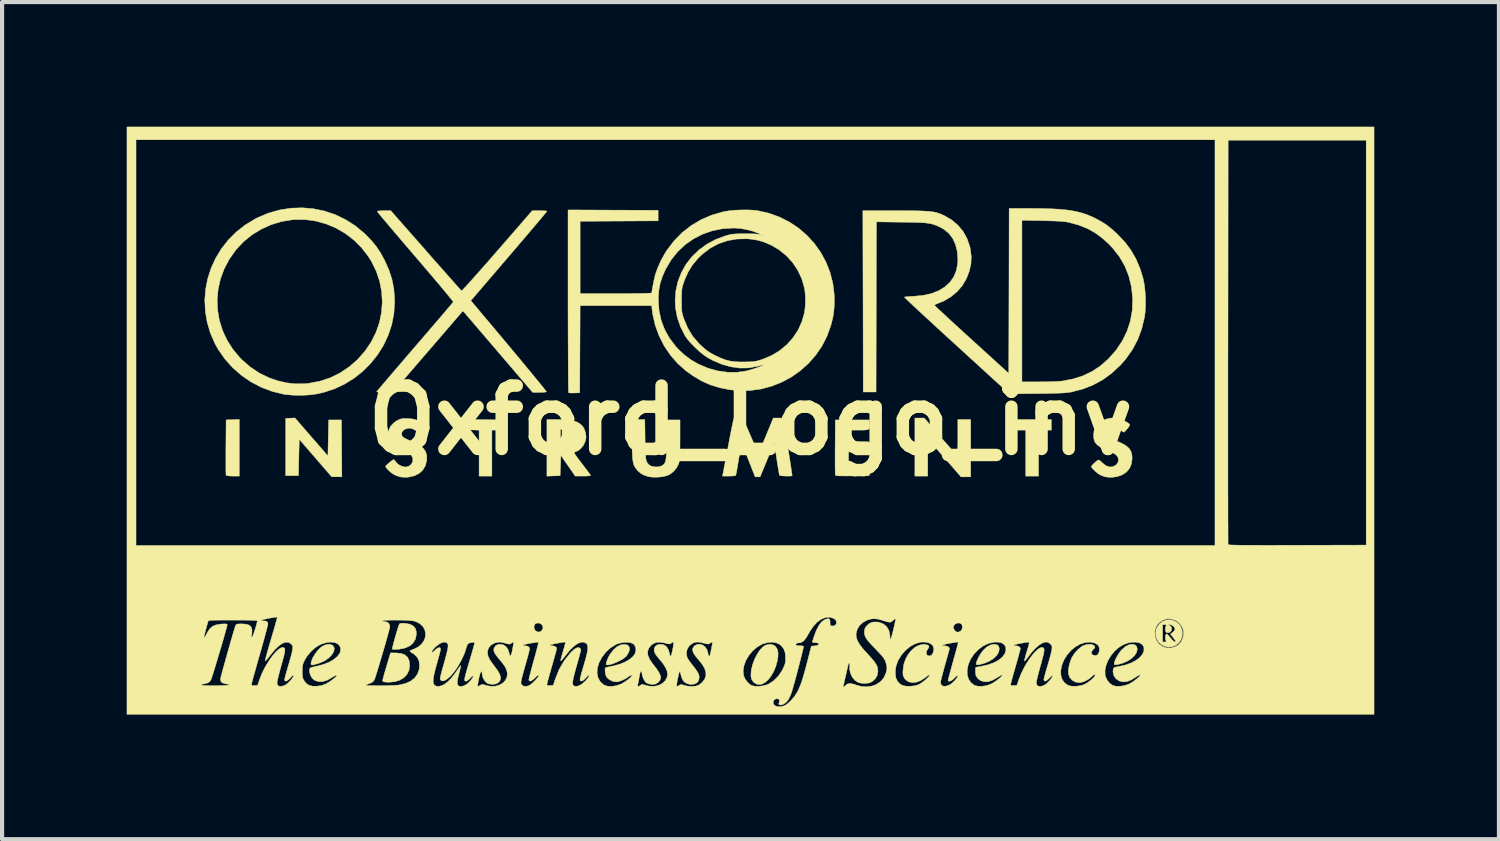
<source format=kicad_pcb>
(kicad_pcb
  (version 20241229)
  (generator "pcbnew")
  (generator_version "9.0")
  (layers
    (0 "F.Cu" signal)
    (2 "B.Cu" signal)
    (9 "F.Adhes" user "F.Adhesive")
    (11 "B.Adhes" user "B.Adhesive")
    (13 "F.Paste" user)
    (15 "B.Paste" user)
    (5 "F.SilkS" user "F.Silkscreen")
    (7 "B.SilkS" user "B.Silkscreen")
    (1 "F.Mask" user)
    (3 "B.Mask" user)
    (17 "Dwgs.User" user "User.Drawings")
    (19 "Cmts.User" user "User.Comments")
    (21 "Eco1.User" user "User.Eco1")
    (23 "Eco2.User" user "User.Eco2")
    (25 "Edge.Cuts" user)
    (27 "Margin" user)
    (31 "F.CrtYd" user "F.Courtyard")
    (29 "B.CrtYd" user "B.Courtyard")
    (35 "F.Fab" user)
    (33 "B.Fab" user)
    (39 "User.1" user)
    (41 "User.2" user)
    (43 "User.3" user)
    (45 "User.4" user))
  (footprint "Oxford_Logo_inv"
    (layer "F.Cu")
    (at 15.009 7.063)
    (property "Reference" "Oxford_Logo_inv" (at 0 0 0) (layer "F.SilkS") (effects (font (size 1.524 1.524) (thickness 0.3))))
    (attr through_hole)
    (fp_poly (pts (xy 7.239 0.236) (xy 6.931 0.236) (xy 6.931 1.343) (xy 6.622 1.343) (xy 6.622 0.236) (xy 6.314 0.236) (xy 6.314 -0.018) (xy 7.239 -0.018) (xy 7.239 0.236)) (stroke (width 0.01) (type solid)) (fill yes) (layer "F.SilkS"))
    (fp_poly (pts (xy -12.301 1.343) (xy -12.456 1.343) (xy -12.542 1.34) (xy -12.596 1.333) (xy -12.619 1.321) (xy -12.619 1.32) (xy -12.621 1.297) (xy -12.623 1.242) (xy -12.624 1.159) (xy -12.624 1.053) (xy -12.624 0.928) (xy -12.624 0.787) (xy -12.623 0.644) (xy -12.618 -0.009) (xy -12.301 -0.02) (xy -12.301 1.343)) (stroke (width 0.01) (type solid)) (fill yes) (layer "F.SilkS"))
    (fp_poly (pts (xy -10.566 0.401) (xy -10.169 0.857) (xy -10.16 0.424) (xy -10.151 -0.009) (xy -9.842 -0.009) (xy -9.833 1.361) (xy -9.956 1.36) (xy -10.078 1.359) (xy -10.468 0.908) (xy -10.858 0.457) (xy -10.868 0.895) (xy -10.877 1.333) (xy -11.185 1.333) (xy -11.185 -0.045) (xy -11.074 -0.051) (xy -10.962 -0.056) (xy -10.566 0.401)) (stroke (width 0.01) (type solid)) (fill yes) (layer "F.SilkS"))
    (fp_poly (pts (xy -6.374 -0.014) (xy -5.905 -0.009) (xy -5.9 0.071) (xy -5.896 0.146) (xy -5.903 0.194) (xy -5.925 0.221) (xy -5.97 0.233) (xy -6.042 0.236) (xy -6.069 0.236) (xy -6.223 0.236) (xy -6.223 1.343) (xy -6.531 1.343) (xy -6.531 0.237) (xy -6.681 0.232) (xy -6.831 0.227) (xy -6.836 0.104) (xy -6.842 -0.019) (xy -6.374 -0.014)) (stroke (width 0.01) (type solid)) (fill yes) (layer "F.SilkS"))
    (fp_poly (pts (xy 5.933 5.401) (xy 5.973 5.439) (xy 5.987 5.499) (xy 5.97 5.583) (xy 5.92 5.664) (xy 5.842 5.737) (xy 5.74 5.8) (xy 5.619 5.849) (xy 5.551 5.868) (xy 5.489 5.881) (xy 5.454 5.884) (xy 5.437 5.878) (xy 5.431 5.868) (xy 5.433 5.834) (xy 5.452 5.779) (xy 5.483 5.712) (xy 5.523 5.642) (xy 5.566 5.576) (xy 5.605 5.528) (xy 5.695 5.447) (xy 5.786 5.401) (xy 5.866 5.388) (xy 5.933 5.401)) (stroke (width 0.01) (type solid)) (fill yes) (layer "F.SilkS"))
    (fp_poly (pts (xy 9.25 5.403) (xy 9.292 5.443) (xy 9.307 5.504) (xy 9.29 5.584) (xy 9.241 5.662) (xy 9.164 5.734) (xy 9.065 5.797) (xy 8.947 5.847) (xy 8.871 5.868) (xy 8.81 5.881) (xy 8.774 5.884) (xy 8.757 5.878) (xy 8.751 5.868) (xy 8.753 5.834) (xy 8.772 5.779) (xy 8.803 5.712) (xy 8.843 5.642) (xy 8.887 5.576) (xy 8.925 5.528) (xy 9.016 5.446) (xy 9.107 5.4) (xy 9.185 5.388) (xy 9.25 5.403)) (stroke (width 0.01) (type solid)) (fill yes) (layer "F.SilkS"))
    (fp_poly (pts (xy -8.526 5.598) (xy -8.407 5.61) (xy -8.316 5.644) (xy -8.252 5.702) (xy -8.214 5.785) (xy -8.201 5.893) (xy -8.201 5.898) (xy -8.217 6.013) (xy -8.264 6.111) (xy -8.338 6.192) (xy -8.437 6.252) (xy -8.557 6.29) (xy -8.697 6.303) (xy -8.777 6.3) (xy -8.828 6.292) (xy -8.85 6.276) (xy -8.853 6.263) (xy -8.847 6.236) (xy -8.833 6.181) (xy -8.812 6.103) (xy -8.785 6.009) (xy -8.757 5.915) (xy -8.662 5.597) (xy -8.526 5.598)) (stroke (width 0.01) (type solid)) (fill yes) (layer "F.SilkS"))
    (fp_poly (pts (xy -10.089 5.397) (xy -10.042 5.427) (xy -10.017 5.478) (xy -10.015 5.502) (xy -10.032 5.573) (xy -10.078 5.647) (xy -10.148 5.718) (xy -10.236 5.781) (xy -10.336 5.829) (xy -10.365 5.839) (xy -10.454 5.867) (xy -10.514 5.883) (xy -10.55 5.889) (xy -10.569 5.884) (xy -10.576 5.869) (xy -10.577 5.856) (xy -10.563 5.787) (xy -10.528 5.705) (xy -10.476 5.619) (xy -10.414 5.538) (xy -10.348 5.471) (xy -10.309 5.441) (xy -10.229 5.403) (xy -10.154 5.388) (xy -10.089 5.397)) (stroke (width 0.01) (type solid)) (fill yes) (layer "F.SilkS"))
    (fp_poly (pts (xy -3.024 5.392) (xy -2.959 5.409) (xy -2.921 5.448) (xy -2.91 5.505) (xy -2.927 5.575) (xy -2.973 5.656) (xy -2.985 5.672) (xy -3.025 5.71) (xy -3.085 5.751) (xy -3.158 5.791) (xy -3.237 5.828) (xy -3.315 5.859) (xy -3.384 5.88) (xy -3.439 5.888) (xy -3.471 5.882) (xy -3.475 5.878) (xy -3.474 5.851) (xy -3.461 5.803) (xy -3.438 5.743) (xy -3.409 5.682) (xy -3.389 5.645) (xy -3.305 5.531) (xy -3.216 5.45) (xy -3.122 5.403) (xy -3.026 5.392) (xy -3.024 5.392)) (stroke (width 0.01) (type solid)) (fill yes) (layer "F.SilkS"))
    (fp_poly (pts (xy 0.569 5.416) (xy 0.599 5.44) (xy 0.642 5.503) (xy 0.663 5.586) (xy 0.661 5.691) (xy 0.646 5.786) (xy 0.608 5.924) (xy 0.555 6.049) (xy 0.492 6.158) (xy 0.421 6.247) (xy 0.345 6.312) (xy 0.267 6.351) (xy 0.19 6.359) (xy 0.146 6.348) (xy 0.075 6.305) (xy 0.031 6.243) (xy 0.01 6.158) (xy 0.014 6.048) (xy 0.019 6.011) (xy 0.048 5.885) (xy 0.094 5.759) (xy 0.153 5.64) (xy 0.219 5.538) (xy 0.29 5.459) (xy 0.334 5.426) (xy 0.415 5.393) (xy 0.496 5.39) (xy 0.569 5.416)) (stroke (width 0.01) (type solid)) (fill yes) (layer "F.SilkS"))
    (fp_poly (pts (xy -8.32 4.885) (xy -8.206 4.904) (xy -8.123 4.942) (xy -8.069 5) (xy -8.043 5.079) (xy -8.041 5.164) (xy -8.066 5.273) (xy -8.122 5.364) (xy -8.206 5.433) (xy -8.318 5.482) (xy -8.456 5.508) (xy -8.477 5.51) (xy -8.543 5.513) (xy -8.594 5.512) (xy -8.619 5.508) (xy -8.62 5.508) (xy -8.619 5.488) (xy -8.608 5.44) (xy -8.591 5.372) (xy -8.569 5.289) (xy -8.544 5.201) (xy -8.518 5.112) (xy -8.494 5.03) (xy -8.472 4.963) (xy -8.455 4.917) (xy -8.448 4.901) (xy -8.426 4.887) (xy -8.383 4.882) (xy -8.32 4.885)) (stroke (width 0.01) (type solid)) (fill yes) (layer "F.SilkS"))
    (fp_poly (pts (xy 4.182 -0.054) (xy 4.572 0.399) (xy 4.666 0.507) (xy 4.753 0.606) (xy 4.829 0.693) (xy 4.893 0.764) (xy 4.94 0.816) (xy 4.969 0.846) (xy 4.976 0.852) (xy 4.979 0.835) (xy 4.983 0.786) (xy 4.986 0.712) (xy 4.988 0.615) (xy 4.989 0.503) (xy 4.989 0.417) (xy 4.989 -0.018) (xy 5.298 -0.018) (xy 5.298 1.361) (xy 5.065 1.361) (xy 4.679 0.916) (xy 4.585 0.809) (xy 4.498 0.711) (xy 4.422 0.625) (xy 4.359 0.556) (xy 4.312 0.505) (xy 4.284 0.477) (xy 4.278 0.472) (xy 4.274 0.489) (xy 4.27 0.538) (xy 4.267 0.613) (xy 4.265 0.709) (xy 4.264 0.822) (xy 4.264 0.907) (xy 4.264 1.343) (xy 3.955 1.343) (xy 3.955 -0.054) (xy 4.182 -0.054)) (stroke (width 0.01) (type solid)) (fill yes) (layer "F.SilkS"))
    (fp_poly (pts (xy 2.863 0.071) (xy 2.867 0.134) (xy 2.865 0.179) (xy 2.852 0.208) (xy 2.823 0.225) (xy 2.771 0.233) (xy 2.694 0.236) (xy 2.603 0.236) (xy 2.359 0.236) (xy 2.359 0.507) (xy 2.839 0.517) (xy 2.845 0.614) (xy 2.847 0.671) (xy 2.841 0.711) (xy 2.822 0.737) (xy 2.786 0.752) (xy 2.726 0.76) (xy 2.638 0.762) (xy 2.583 0.762) (xy 2.359 0.762) (xy 2.359 1.088) (xy 2.857 1.098) (xy 2.857 1.333) (xy 2.453 1.338) (xy 2.315 1.34) (xy 2.21 1.339) (xy 2.134 1.338) (xy 2.082 1.334) (xy 2.053 1.328) (xy 2.041 1.321) (xy 2.04 1.32) (xy 2.038 1.297) (xy 2.037 1.242) (xy 2.036 1.159) (xy 2.035 1.053) (xy 2.035 0.928) (xy 2.035 0.787) (xy 2.036 0.644) (xy 2.041 -0.009) (xy 2.857 -0.009) (xy 2.863 0.071)) (stroke (width 0.01) (type solid)) (fill yes) (layer "F.SilkS"))
    (fp_poly (pts (xy -4.48 -0.015) (xy -4.351 -0.003) (xy -4.248 0.017) (xy -4.167 0.046) (xy -4.105 0.084) (xy -4.045 0.137) (xy -4.006 0.197) (xy -3.978 0.275) (xy -3.969 0.314) (xy -3.958 0.383) (xy -3.96 0.439) (xy -3.976 0.503) (xy -3.979 0.514) (xy -4.017 0.596) (xy -4.073 0.669) (xy -4.139 0.726) (xy -4.2 0.754) (xy -4.234 0.769) (xy -4.245 0.783) (xy -4.235 0.802) (xy -4.205 0.845) (xy -4.161 0.906) (xy -4.104 0.982) (xy -4.046 1.058) (xy -3.982 1.141) (xy -3.927 1.215) (xy -3.883 1.274) (xy -3.855 1.314) (xy -3.846 1.329) (xy -3.863 1.335) (xy -3.909 1.339) (xy -3.975 1.342) (xy -4.032 1.342) (xy -4.218 1.342) (xy -4.391 1.093) (xy -4.563 0.844) (xy -4.572 1.089) (xy -4.581 1.333) (xy -4.899 1.344) (xy -4.899 0.218) (xy -4.572 0.218) (xy -4.572 0.604) (xy -4.483 0.593) (xy -4.422 0.582) (xy -4.372 0.567) (xy -4.357 0.56) (xy -4.313 0.513) (xy -4.287 0.446) (xy -4.282 0.373) (xy -4.301 0.306) (xy -4.301 0.306) (xy -4.339 0.268) (xy -4.4 0.238) (xy -4.472 0.22) (xy -4.508 0.218) (xy -4.572 0.218) (xy -4.899 0.218) (xy -4.899 -0.018) (xy -4.639 -0.018) (xy -4.48 -0.015)) (stroke (width 0.01) (type solid)) (fill yes) (layer "F.SilkS"))
    (fp_poly (pts (xy -2.537 0.458) (xy -2.535 0.612) (xy -2.532 0.734) (xy -2.527 0.828) (xy -2.521 0.901) (xy -2.512 0.955) (xy -2.499 0.995) (xy -2.481 1.027) (xy -2.458 1.054) (xy -2.433 1.078) (xy -2.381 1.106) (xy -2.309 1.12) (xy -2.231 1.121) (xy -2.162 1.107) (xy -2.144 1.099) (xy -2.111 1.08) (xy -2.084 1.058) (xy -2.063 1.03) (xy -2.047 0.99) (xy -2.036 0.936) (xy -2.027 0.862) (xy -2.022 0.764) (xy -2.017 0.639) (xy -2.014 0.482) (xy -2.014 0.472) (xy -2.005 -0.009) (xy -1.696 -0.009) (xy -1.696 0.472) (xy -1.697 0.621) (xy -1.698 0.739) (xy -1.7 0.83) (xy -1.703 0.9) (xy -1.708 0.953) (xy -1.715 0.994) (xy -1.724 1.029) (xy -1.73 1.048) (xy -1.78 1.146) (xy -1.855 1.234) (xy -1.944 1.302) (xy -2.009 1.332) (xy -2.104 1.355) (xy -2.216 1.368) (xy -2.329 1.37) (xy -2.429 1.361) (xy -2.458 1.355) (xy -2.562 1.321) (xy -2.642 1.276) (xy -2.712 1.214) (xy -2.729 1.194) (xy -2.762 1.153) (xy -2.789 1.111) (xy -2.809 1.065) (xy -2.824 1.009) (xy -2.835 0.94) (xy -2.842 0.852) (xy -2.846 0.74) (xy -2.848 0.601) (xy -2.848 0.459) (xy -2.848 -0.018) (xy -2.543 -0.018) (xy -2.537 0.458)) (stroke (width 0.01) (type solid)) (fill yes) (layer "F.SilkS"))
    (fp_poly (pts (xy 10.155 4.809) (xy 10.256 4.856) (xy 10.328 4.922) (xy 10.361 4.978) (xy 10.392 5.082) (xy 10.39 5.182) (xy 10.362 5.273) (xy 10.311 5.351) (xy 10.24 5.411) (xy 10.153 5.448) (xy 10.055 5.458) (xy 9.975 5.443) (xy 9.882 5.398) (xy 9.811 5.328) (xy 9.765 5.241) (xy 9.746 5.143) (xy 9.757 5.04) (xy 9.781 4.977) (xy 9.824 4.917) (xy 9.915 4.917) (xy 9.915 5.334) (xy 9.967 5.334) (xy 10.002 5.331) (xy 10.006 5.319) (xy 9.998 5.308) (xy 9.985 5.275) (xy 9.982 5.227) (xy 9.987 5.179) (xy 10 5.146) (xy 10.008 5.14) (xy 10.028 5.15) (xy 10.061 5.183) (xy 10.102 5.231) (xy 10.104 5.234) (xy 10.153 5.292) (xy 10.194 5.326) (xy 10.215 5.334) (xy 10.231 5.33) (xy 10.23 5.315) (xy 10.211 5.283) (xy 10.178 5.239) (xy 10.106 5.144) (xy 10.16 5.102) (xy 10.196 5.065) (xy 10.214 5.029) (xy 10.214 5.024) (xy 10.198 4.978) (xy 10.159 4.939) (xy 10.107 4.919) (xy 10.092 4.918) (xy 10.059 4.92) (xy 10.059 4.925) (xy 10.082 4.935) (xy 10.122 4.966) (xy 10.136 5.01) (xy 10.128 5.056) (xy 10.1 5.094) (xy 10.056 5.113) (xy 10.034 5.113) (xy 10.003 5.103) (xy 9.988 5.078) (xy 9.982 5.038) (xy 9.984 4.986) (xy 9.995 4.947) (xy 9.998 4.943) (xy 10.007 4.924) (xy 9.989 4.917) (xy 9.967 4.917) (xy 9.915 4.917) (xy 9.824 4.917) (xy 9.836 4.9) (xy 9.913 4.842) (xy 10.003 4.806) (xy 10.097 4.798) (xy 10.155 4.809)) (stroke (width 0.01) (type solid)) (fill yes) (layer "F.SilkS"))
    (fp_poly (pts (xy -8.264 -0.044) (xy -8.125 -0.031) (xy -7.999 0.004) (xy -7.894 0.058) (xy -7.875 0.071) (xy -7.83 0.105) (xy -7.901 0.193) (xy -7.938 0.24) (xy -7.966 0.274) (xy -7.975 0.287) (xy -7.992 0.282) (xy -8.028 0.262) (xy -8.049 0.248) (xy -8.139 0.202) (xy -8.22 0.189) (xy -8.298 0.207) (xy -8.359 0.245) (xy -8.391 0.297) (xy -8.392 0.353) (xy -8.387 0.369) (xy -8.374 0.39) (xy -8.355 0.409) (xy -8.323 0.43) (xy -8.273 0.455) (xy -8.199 0.487) (xy -8.104 0.527) (xy -7.975 0.591) (xy -7.882 0.664) (xy -7.82 0.749) (xy -7.79 0.848) (xy -7.791 0.962) (xy -7.792 0.968) (xy -7.824 1.094) (xy -7.886 1.198) (xy -7.974 1.279) (xy -8.088 1.336) (xy -8.227 1.367) (xy -8.273 1.372) (xy -8.349 1.371) (xy -8.426 1.362) (xy -8.455 1.355) (xy -8.523 1.331) (xy -8.59 1.299) (xy -8.604 1.291) (xy -8.649 1.258) (xy -8.698 1.214) (xy -8.742 1.168) (xy -8.772 1.13) (xy -8.781 1.109) (xy -8.768 1.09) (xy -8.735 1.057) (xy -8.691 1.019) (xy -8.645 0.982) (xy -8.607 0.954) (xy -8.586 0.943) (xy -8.567 0.958) (xy -8.544 0.99) (xy -8.502 1.04) (xy -8.438 1.084) (xy -8.365 1.115) (xy -8.304 1.125) (xy -8.232 1.11) (xy -8.175 1.071) (xy -8.137 1.016) (xy -8.122 0.953) (xy -8.134 0.888) (xy -8.163 0.845) (xy -8.198 0.819) (xy -8.257 0.787) (xy -8.331 0.752) (xy -8.377 0.734) (xy -8.508 0.675) (xy -8.606 0.613) (xy -8.673 0.545) (xy -8.712 0.467) (xy -8.727 0.377) (xy -8.727 0.366) (xy -8.71 0.248) (xy -8.661 0.144) (xy -8.579 0.057) (xy -8.505 0.007) (xy -8.45 -0.02) (xy -8.402 -0.036) (xy -8.347 -0.043) (xy -8.27 -0.044) (xy -8.264 -0.044)) (stroke (width 0.01) (type solid)) (fill yes) (layer "F.SilkS"))
    (fp_poly (pts (xy 8.783 -0.048) (xy 8.865 -0.03) (xy 8.947 -0.004) (xy 9.022 0.028) (xy 9.081 0.061) (xy 9.117 0.093) (xy 9.125 0.114) (xy 9.114 0.139) (xy 9.085 0.18) (xy 9.054 0.217) (xy 9.015 0.262) (xy 8.989 0.283) (xy 8.971 0.284) (xy 8.95 0.269) (xy 8.95 0.268) (xy 8.891 0.228) (xy 8.821 0.2) (xy 8.754 0.188) (xy 8.726 0.191) (xy 8.657 0.218) (xy 8.609 0.26) (xy 8.584 0.311) (xy 8.587 0.364) (xy 8.616 0.406) (xy 8.647 0.426) (xy 8.703 0.454) (xy 8.774 0.486) (xy 8.81 0.5) (xy 8.941 0.557) (xy 9.039 0.614) (xy 9.108 0.675) (xy 9.153 0.744) (xy 9.176 0.827) (xy 9.183 0.914) (xy 9.167 1.044) (xy 9.121 1.155) (xy 9.047 1.245) (xy 8.947 1.312) (xy 8.822 1.356) (xy 8.713 1.371) (xy 8.62 1.371) (xy 8.54 1.361) (xy 8.518 1.355) (xy 8.459 1.333) (xy 8.408 1.311) (xy 8.4 1.307) (xy 8.361 1.281) (xy 8.313 1.242) (xy 8.266 1.197) (xy 8.226 1.155) (xy 8.203 1.124) (xy 8.201 1.116) (xy 8.213 1.092) (xy 8.244 1.056) (xy 8.26 1.041) (xy 8.316 0.99) (xy 8.354 0.962) (xy 8.382 0.956) (xy 8.411 0.972) (xy 8.448 1.008) (xy 8.462 1.022) (xy 8.543 1.088) (xy 8.626 1.121) (xy 8.707 1.12) (xy 8.782 1.086) (xy 8.81 1.061) (xy 8.846 1.003) (xy 8.854 0.952) (xy 8.838 0.883) (xy 8.789 0.825) (xy 8.707 0.775) (xy 8.634 0.746) (xy 8.517 0.7) (xy 8.416 0.645) (xy 8.338 0.587) (xy 8.29 0.529) (xy 8.288 0.526) (xy 8.262 0.447) (xy 8.255 0.351) (xy 8.266 0.256) (xy 8.291 0.182) (xy 8.354 0.095) (xy 8.444 0.024) (xy 8.551 -0.027) (xy 8.667 -0.052) (xy 8.708 -0.054) (xy 8.783 -0.048)) (stroke (width 0.01) (type solid)) (fill yes) (layer "F.SilkS"))
    (fp_poly (pts (xy 0.789 0.005) (xy 0.806 0.096) (xy 0.825 0.207) (xy 0.846 0.331) (xy 0.868 0.466) (xy 0.891 0.604) (xy 0.913 0.744) (xy 0.934 0.878) (xy 0.954 1.004) (xy 0.971 1.115) (xy 0.985 1.209) (xy 0.995 1.279) (xy 1.001 1.322) (xy 1.001 1.333) (xy 0.977 1.34) (xy 0.929 1.343) (xy 0.867 1.343) (xy 0.802 1.34) (xy 0.745 1.335) (xy 0.707 1.329) (xy 0.698 1.324) (xy 0.692 1.301) (xy 0.682 1.248) (xy 0.669 1.171) (xy 0.653 1.075) (xy 0.636 0.966) (xy 0.634 0.948) (xy 0.617 0.836) (xy 0.602 0.737) (xy 0.59 0.654) (xy 0.581 0.594) (xy 0.576 0.564) (xy 0.576 0.562) (xy 0.568 0.571) (xy 0.548 0.609) (xy 0.519 0.672) (xy 0.482 0.756) (xy 0.439 0.858) (xy 0.401 0.948) (xy 0.231 1.361) (xy 0.111 1.361) (xy -0.051 0.949) (xy -0.102 0.82) (xy -0.142 0.722) (xy -0.171 0.652) (xy -0.193 0.606) (xy -0.208 0.582) (xy -0.217 0.577) (xy -0.223 0.586) (xy -0.224 0.59) (xy -0.231 0.625) (xy -0.242 0.689) (xy -0.257 0.775) (xy -0.274 0.876) (xy -0.291 0.978) (xy -0.309 1.084) (xy -0.325 1.178) (xy -0.339 1.254) (xy -0.35 1.306) (xy -0.356 1.327) (xy -0.377 1.334) (xy -0.425 1.34) (xy -0.492 1.342) (xy -0.52 1.343) (xy -0.674 1.343) (xy -0.664 1.293) (xy -0.658 1.264) (xy -0.647 1.203) (xy -0.63 1.116) (xy -0.61 1.007) (xy -0.586 0.879) (xy -0.559 0.738) (xy -0.534 0.608) (xy -0.506 0.461) (xy -0.48 0.324) (xy -0.456 0.204) (xy -0.435 0.103) (xy -0.418 0.025) (xy -0.406 -0.024) (xy -0.401 -0.042) (xy -0.376 -0.049) (xy -0.327 -0.052) (xy -0.283 -0.051) (xy -0.179 -0.045) (xy -0.000415 0.369) (xy 0.049 0.483) (xy 0.094 0.586) (xy 0.132 0.673) (xy 0.162 0.739) (xy 0.181 0.78) (xy 0.187 0.791) (xy 0.19 0.792) (xy 0.196 0.786) (xy 0.205 0.77) (xy 0.219 0.74) (xy 0.239 0.693) (xy 0.268 0.626) (xy 0.305 0.535) (xy 0.354 0.417) (xy 0.408 0.286) (xy 0.548 -0.054) (xy 0.778 -0.054) (xy 0.789 0.005)) (stroke (width 0.01) (type solid)) (fill yes) (layer "F.SilkS"))
    (fp_poly (pts (xy -10.514 -5.09) (xy -10.246 -5.034) (xy -9.987 -4.946) (xy -9.739 -4.826) (xy -9.505 -4.676) (xy -9.288 -4.495) (xy -9.251 -4.459) (xy -9.114 -4.316) (xy -9.001 -4.177) (xy -8.903 -4.03) (xy -8.812 -3.863) (xy -8.799 -3.837) (xy -8.699 -3.612) (xy -8.628 -3.393) (xy -8.584 -3.172) (xy -8.565 -2.936) (xy -8.563 -2.84) (xy -8.581 -2.569) (xy -8.632 -2.305) (xy -8.716 -2.051) (xy -8.828 -1.81) (xy -8.969 -1.583) (xy -9.135 -1.374) (xy -9.324 -1.184) (xy -9.534 -1.016) (xy -9.764 -0.873) (xy -10.01 -0.757) (xy -10.272 -0.671) (xy -10.468 -0.628) (xy -10.596 -0.612) (xy -10.745 -0.603) (xy -10.901 -0.601) (xy -11.052 -0.607) (xy -11.186 -0.62) (xy -11.232 -0.627) (xy -11.509 -0.695) (xy -11.774 -0.795) (xy -12.024 -0.926) (xy -12.255 -1.085) (xy -12.465 -1.271) (xy -12.652 -1.48) (xy -12.812 -1.711) (xy -12.886 -1.844) (xy -12.998 -2.101) (xy -13.075 -2.363) (xy -13.119 -2.628) (xy -13.131 -2.893) (xy -13.131 -2.898) (xy -12.833 -2.898) (xy -12.822 -2.649) (xy -12.78 -2.403) (xy -12.705 -2.163) (xy -12.598 -1.932) (xy -12.459 -1.713) (xy -12.288 -1.508) (xy -12.249 -1.467) (xy -12.044 -1.287) (xy -11.822 -1.138) (xy -11.584 -1.022) (xy -11.38 -0.952) (xy -11.162 -0.901) (xy -10.954 -0.877) (xy -10.743 -0.879) (xy -10.623 -0.891) (xy -10.359 -0.941) (xy -10.108 -1.025) (xy -9.871 -1.142) (xy -9.649 -1.292) (xy -9.45 -1.467) (xy -9.273 -1.669) (xy -9.127 -1.886) (xy -9.012 -2.115) (xy -8.929 -2.353) (xy -8.879 -2.598) (xy -8.861 -2.847) (xy -8.876 -3.096) (xy -8.923 -3.343) (xy -9.005 -3.585) (xy -9.119 -3.82) (xy -9.197 -3.944) (xy -9.359 -4.153) (xy -9.545 -4.338) (xy -9.75 -4.495) (xy -9.973 -4.625) (xy -10.209 -4.724) (xy -10.455 -4.793) (xy -10.709 -4.828) (xy -10.967 -4.83) (xy -11.024 -4.825) (xy -11.283 -4.783) (xy -11.534 -4.707) (xy -11.772 -4.599) (xy -11.995 -4.463) (xy -12.197 -4.299) (xy -12.376 -4.109) (xy -12.394 -4.086) (xy -12.548 -3.865) (xy -12.669 -3.633) (xy -12.756 -3.393) (xy -12.811 -3.147) (xy -12.833 -2.898) (xy -13.131 -2.898) (xy -13.111 -3.156) (xy -13.06 -3.413) (xy -12.979 -3.663) (xy -12.869 -3.902) (xy -12.731 -4.129) (xy -12.566 -4.339) (xy -12.374 -4.53) (xy -12.158 -4.701) (xy -11.916 -4.847) (xy -11.865 -4.874) (xy -11.602 -4.985) (xy -11.333 -5.061) (xy -11.06 -5.104) (xy -10.786 -5.113) (xy -10.514 -5.09)) (stroke (width 0.01) (type solid)) (fill yes) (layer "F.SilkS"))
    (fp_poly (pts (xy -7.812 -4.084) (xy -7.672 -3.924) (xy -7.539 -3.773) (xy -7.414 -3.632) (xy -7.3 -3.503) (xy -7.199 -3.389) (xy -7.113 -3.291) (xy -7.043 -3.213) (xy -6.992 -3.156) (xy -6.961 -3.122) (xy -6.953 -3.114) (xy -6.938 -3.126) (xy -6.903 -3.163) (xy -6.847 -3.223) (xy -6.773 -3.304) (xy -6.683 -3.404) (xy -6.58 -3.521) (xy -6.464 -3.652) (xy -6.337 -3.795) (xy -6.203 -3.949) (xy -6.095 -4.073) (xy -5.252 -5.043) (xy -5.075 -5.043) (xy -5 -5.042) (xy -4.941 -5.039) (xy -4.905 -5.034) (xy -4.899 -5.03) (xy -4.91 -5.015) (xy -4.944 -4.974) (xy -4.997 -4.909) (xy -5.069 -4.824) (xy -5.157 -4.719) (xy -5.26 -4.598) (xy -5.375 -4.462) (xy -5.502 -4.313) (xy -5.638 -4.154) (xy -5.781 -3.986) (xy -5.814 -3.948) (xy -6.73 -2.879) (xy -6.66 -2.796) (xy -6.445 -2.54) (xy -6.239 -2.296) (xy -6.044 -2.063) (xy -5.861 -1.845) (xy -5.691 -1.641) (xy -5.534 -1.453) (xy -5.393 -1.282) (xy -5.267 -1.13) (xy -5.159 -0.998) (xy -5.068 -0.888) (xy -4.997 -0.8) (xy -4.947 -0.736) (xy -4.917 -0.697) (xy -4.91 -0.685) (xy -4.931 -0.679) (xy -4.979 -0.674) (xy -5.047 -0.672) (xy -5.08 -0.671) (xy -5.241 -0.671) (xy -6.036 -1.601) (xy -6.172 -1.76) (xy -6.302 -1.912) (xy -6.424 -2.055) (xy -6.536 -2.185) (xy -6.635 -2.301) (xy -6.72 -2.401) (xy -6.789 -2.481) (xy -6.84 -2.54) (xy -6.87 -2.574) (xy -6.876 -2.582) (xy -6.921 -2.632) (xy -7.765 -1.652) (xy -8.609 -0.673) (xy -8.805 -0.672) (xy -8.884 -0.673) (xy -8.947 -0.676) (xy -8.986 -0.682) (xy -8.996 -0.687) (xy -8.983 -0.703) (xy -8.949 -0.744) (xy -8.894 -0.808) (xy -8.822 -0.894) (xy -8.733 -0.998) (xy -8.629 -1.12) (xy -8.513 -1.256) (xy -8.385 -1.404) (xy -8.249 -1.564) (xy -8.105 -1.731) (xy -8.074 -1.767) (xy -7.928 -1.936) (xy -7.79 -2.097) (xy -7.661 -2.248) (xy -7.542 -2.387) (xy -7.435 -2.511) (xy -7.343 -2.62) (xy -7.267 -2.71) (xy -7.208 -2.779) (xy -7.17 -2.825) (xy -7.152 -2.847) (xy -7.152 -2.848) (xy -7.162 -2.864) (xy -7.194 -2.906) (xy -7.245 -2.969) (xy -7.313 -3.052) (xy -7.395 -3.151) (xy -7.49 -3.265) (xy -7.596 -3.389) (xy -7.709 -3.523) (xy -7.723 -3.539) (xy -7.923 -3.774) (xy -8.101 -3.982) (xy -8.258 -4.166) (xy -8.395 -4.326) (xy -8.514 -4.466) (xy -8.616 -4.585) (xy -8.702 -4.687) (xy -8.773 -4.771) (xy -8.831 -4.84) (xy -8.878 -4.895) (xy -8.914 -4.939) (xy -8.94 -4.971) (xy -8.959 -4.995) (xy -8.971 -5.011) (xy -8.978 -5.021) (xy -8.98 -5.027) (xy -8.981 -5.028) (xy -8.964 -5.035) (xy -8.919 -5.04) (xy -8.854 -5.043) (xy -8.819 -5.044) (xy -8.657 -5.044) (xy -7.812 -4.084)) (stroke (width 0.01) (type solid)) (fill yes) (layer "F.SilkS"))
    (fp_poly (pts (xy 6.727 -5.098) (xy 6.984 -5.096) (xy 7.209 -5.09) (xy 7.406 -5.08) (xy 7.58 -5.064) (xy 7.734 -5.043) (xy 7.874 -5.015) (xy 8.002 -4.98) (xy 8.124 -4.937) (xy 8.244 -4.885) (xy 8.309 -4.853) (xy 8.446 -4.779) (xy 8.569 -4.699) (xy 8.688 -4.605) (xy 8.815 -4.49) (xy 8.833 -4.473) (xy 9.012 -4.283) (xy 9.16 -4.085) (xy 9.28 -3.873) (xy 9.377 -3.641) (xy 9.447 -3.412) (xy 9.474 -3.276) (xy 9.493 -3.117) (xy 9.504 -2.945) (xy 9.505 -2.773) (xy 9.497 -2.613) (xy 9.482 -2.491) (xy 9.416 -2.21) (xy 9.32 -1.948) (xy 9.192 -1.705) (xy 9.033 -1.479) (xy 8.9 -1.327) (xy 8.695 -1.136) (xy 8.479 -0.978) (xy 8.247 -0.851) (xy 7.997 -0.753) (xy 7.724 -0.682) (xy 7.704 -0.678) (xy 7.653 -0.67) (xy 7.589 -0.663) (xy 7.509 -0.657) (xy 7.409 -0.653) (xy 7.286 -0.649) (xy 7.135 -0.646) (xy 6.953 -0.643) (xy 6.894 -0.643) (xy 6.232 -0.636) (xy 5.915 -0.925) (xy 6.531 -0.925) (xy 6.947 -0.925) (xy 7.077 -0.926) (xy 7.203 -0.929) (xy 7.318 -0.932) (xy 7.415 -0.937) (xy 7.485 -0.943) (xy 7.503 -0.945) (xy 7.763 -0.995) (xy 8.001 -1.071) (xy 8.218 -1.175) (xy 8.418 -1.308) (xy 8.606 -1.472) (xy 8.619 -1.486) (xy 8.799 -1.69) (xy 8.945 -1.909) (xy 9.059 -2.141) (xy 9.139 -2.386) (xy 9.185 -2.641) (xy 9.195 -2.904) (xy 9.193 -2.957) (xy 9.163 -3.225) (xy 9.101 -3.476) (xy 9.007 -3.711) (xy 8.88 -3.932) (xy 8.719 -4.139) (xy 8.636 -4.227) (xy 8.465 -4.384) (xy 8.291 -4.512) (xy 8.105 -4.615) (xy 7.901 -4.696) (xy 7.671 -4.759) (xy 7.656 -4.763) (xy 7.599 -4.773) (xy 7.527 -4.782) (xy 7.436 -4.789) (xy 7.322 -4.795) (xy 7.18 -4.799) (xy 7.026 -4.803) (xy 6.531 -4.812) (xy 6.531 -0.925) (xy 5.915 -0.925) (xy 4.964 -1.794) (xy 4.782 -1.96) (xy 4.608 -2.119) (xy 4.444 -2.27) (xy 4.292 -2.41) (xy 4.153 -2.538) (xy 4.029 -2.653) (xy 3.922 -2.752) (xy 3.835 -2.835) (xy 3.768 -2.898) (xy 3.724 -2.941) (xy 3.704 -2.962) (xy 3.703 -2.963) (xy 3.723 -2.969) (xy 3.772 -2.974) (xy 3.842 -2.98) (xy 3.927 -2.984) (xy 3.928 -2.984) (xy 4.152 -3.005) (xy 4.353 -3.05) (xy 4.527 -3.118) (xy 4.675 -3.208) (xy 4.796 -3.318) (xy 4.889 -3.449) (xy 4.952 -3.6) (xy 4.984 -3.769) (xy 4.989 -3.871) (xy 4.975 -4.06) (xy 4.933 -4.229) (xy 4.865 -4.376) (xy 4.772 -4.499) (xy 4.653 -4.597) (xy 4.567 -4.645) (xy 4.502 -4.675) (xy 4.444 -4.698) (xy 4.388 -4.717) (xy 4.328 -4.732) (xy 4.261 -4.743) (xy 4.181 -4.752) (xy 4.083 -4.757) (xy 3.964 -4.762) (xy 3.819 -4.765) (xy 3.641 -4.767) (xy 3.633 -4.767) (xy 3.03 -4.775) (xy 3.025 -2.727) (xy 3.021 -0.68) (xy 2.712 -0.68) (xy 2.708 -2.862) (xy 2.703 -5.044) (xy 3.473 -5.044) (xy 3.685 -5.043) (xy 3.865 -5.042) (xy 4.016 -5.04) (xy 4.142 -5.036) (xy 4.247 -5.03) (xy 4.334 -5.022) (xy 4.408 -5.012) (xy 4.472 -4.998) (xy 4.529 -4.981) (xy 4.585 -4.96) (xy 4.642 -4.934) (xy 4.658 -4.927) (xy 4.838 -4.823) (xy 4.99 -4.695) (xy 5.115 -4.545) (xy 5.21 -4.374) (xy 5.276 -4.182) (xy 5.287 -4.132) (xy 5.312 -3.947) (xy 5.305 -3.77) (xy 5.267 -3.594) (xy 5.197 -3.412) (xy 5.188 -3.395) (xy 5.094 -3.237) (xy 4.97 -3.095) (xy 4.821 -2.971) (xy 4.654 -2.872) (xy 4.516 -2.815) (xy 4.466 -2.795) (xy 4.435 -2.776) (xy 4.429 -2.766) (xy 4.443 -2.751) (xy 4.481 -2.714) (xy 4.542 -2.657) (xy 4.623 -2.581) (xy 4.722 -2.489) (xy 4.837 -2.383) (xy 4.966 -2.265) (xy 5.105 -2.137) (xy 5.254 -2.002) (xy 5.324 -1.938) (xy 6.214 -1.128) (xy 6.219 -3.113) (xy 6.223 -5.098) (xy 6.727 -5.098)) (stroke (width 0.01) (type solid)) (fill yes) (layer "F.SilkS"))
    (fp_poly (pts (xy -3.307 -5.057) (xy -2.223 -5.053) (xy -2.223 -4.799) (xy -3.161 -4.794) (xy -4.1 -4.789) (xy -4.1 -3.048) (xy -3.239 -3.048) (xy -3.065 -3.048) (xy -2.903 -3.049) (xy -2.756 -3.051) (xy -2.629 -3.053) (xy -2.523 -3.055) (xy -2.444 -3.058) (xy -2.394 -3.061) (xy -2.377 -3.064) (xy -2.373 -3.099) (xy -2.363 -3.16) (xy -2.349 -3.237) (xy -2.333 -3.32) (xy -2.316 -3.4) (xy -2.301 -3.467) (xy -2.292 -3.502) (xy -2.235 -3.664) (xy -2.158 -3.836) (xy -2.066 -4.005) (xy -2.009 -4.096) (xy -1.838 -4.319) (xy -1.644 -4.517) (xy -1.427 -4.686) (xy -1.19 -4.827) (xy -0.934 -4.937) (xy -0.662 -5.016) (xy -0.619 -5.025) (xy -0.5 -5.043) (xy -0.359 -5.056) (xy -0.207 -5.062) (xy -0.056 -5.062) (xy 0.081 -5.055) (xy 0.175 -5.043) (xy 0.446 -4.982) (xy 0.701 -4.889) (xy 0.94 -4.768) (xy 1.161 -4.62) (xy 1.361 -4.447) (xy 1.538 -4.253) (xy 1.69 -4.039) (xy 1.816 -3.807) (xy 1.913 -3.561) (xy 1.98 -3.302) (xy 2.014 -3.033) (xy 2.018 -2.903) (xy 2.014 -2.744) (xy 2.003 -2.606) (xy 1.982 -2.475) (xy 1.948 -2.335) (xy 1.931 -2.274) (xy 1.839 -2.02) (xy 1.717 -1.782) (xy 1.567 -1.564) (xy 1.393 -1.367) (xy 1.197 -1.192) (xy 0.983 -1.041) (xy 0.751 -0.917) (xy 0.506 -0.82) (xy 0.25 -0.752) (xy -0.014 -0.716) (xy -0.284 -0.713) (xy -0.487 -0.733) (xy -0.736 -0.782) (xy -0.963 -0.851) (xy -1.176 -0.946) (xy -1.384 -1.069) (xy -1.553 -1.19) (xy -1.752 -1.367) (xy -1.928 -1.569) (xy -2.079 -1.793) (xy -2.201 -2.035) (xy -2.294 -2.29) (xy -2.354 -2.556) (xy -2.367 -2.653) (xy -2.379 -2.758) (xy -4.1 -2.758) (xy -4.109 -0.662) (xy -4.237 -0.657) (xy -4.302 -0.656) (xy -4.352 -0.659) (xy -4.377 -0.664) (xy -4.378 -0.665) (xy -4.379 -0.684) (xy -4.381 -0.737) (xy -4.382 -0.823) (xy -4.384 -0.938) (xy -4.385 -1.08) (xy -4.386 -1.247) (xy -4.387 -1.438) (xy -4.388 -1.649) (xy -4.389 -1.878) (xy -4.39 -2.124) (xy -4.39 -2.384) (xy -4.391 -2.656) (xy -4.391 -2.87) (xy -4.391 -2.894) (xy -2.218 -2.894) (xy -2.201 -2.643) (xy -2.15 -2.406) (xy -2.066 -2.183) (xy -1.948 -1.972) (xy -1.796 -1.774) (xy -1.735 -1.708) (xy -1.59 -1.573) (xy -1.44 -1.46) (xy -1.271 -1.361) (xy -1.238 -1.345) (xy -1.016 -1.251) (xy -0.784 -1.188) (xy -0.549 -1.156) (xy -0.316 -1.156) (xy -0.091 -1.189) (xy -0.035 -1.204) (xy 0.035 -1.225) (xy 0.11 -1.249) (xy 0.183 -1.275) (xy 0.248 -1.299) (xy 0.296 -1.32) (xy 0.32 -1.333) (xy 0.322 -1.336) (xy 0.303 -1.334) (xy 0.257 -1.323) (xy 0.193 -1.307) (xy 0.154 -1.297) (xy -0.047 -1.26) (xy -0.258 -1.257) (xy -0.474 -1.287) (xy -0.694 -1.349) (xy -0.914 -1.444) (xy -1.024 -1.504) (xy -1.116 -1.565) (xy -1.217 -1.646) (xy -1.32 -1.739) (xy -1.418 -1.838) (xy -1.503 -1.934) (xy -1.566 -2.019) (xy -1.575 -2.035) (xy -1.686 -2.254) (xy -1.762 -2.473) (xy -1.804 -2.697) (xy -1.814 -2.876) (xy -1.814 -2.885) (xy -1.659 -2.885) (xy -1.659 -2.776) (xy -1.657 -2.695) (xy -1.653 -2.632) (xy -1.644 -2.578) (xy -1.631 -2.526) (xy -1.612 -2.465) (xy -1.6 -2.431) (xy -1.509 -2.217) (xy -1.392 -2.024) (xy -1.25 -1.857) (xy -1.243 -1.85) (xy -1.157 -1.768) (xy -1.085 -1.705) (xy -1.017 -1.654) (xy -0.944 -1.609) (xy -0.854 -1.562) (xy -0.853 -1.561) (xy -0.721 -1.499) (xy -0.603 -1.454) (xy -0.489 -1.425) (xy -0.368 -1.409) (xy -0.229 -1.403) (xy -0.127 -1.404) (xy -0.021 -1.407) (xy 0.059 -1.412) (xy 0.125 -1.421) (xy 0.188 -1.436) (xy 0.258 -1.457) (xy 0.29 -1.468) (xy 0.506 -1.558) (xy 0.702 -1.677) (xy 0.876 -1.821) (xy 1.025 -1.988) (xy 1.147 -2.175) (xy 1.239 -2.38) (xy 1.296 -2.581) (xy 1.317 -2.737) (xy 1.323 -2.908) (xy 1.313 -3.077) (xy 1.296 -3.188) (xy 1.233 -3.406) (xy 1.137 -3.61) (xy 1.012 -3.797) (xy 0.861 -3.963) (xy 0.684 -4.105) (xy 0.508 -4.209) (xy 0.338 -4.284) (xy 0.171 -4.333) (xy -0.009 -4.361) (xy -0.101 -4.367) (xy -0.335 -4.361) (xy -0.56 -4.321) (xy -0.773 -4.247) (xy -0.973 -4.139) (xy -1.157 -3.999) (xy -1.263 -3.897) (xy -1.394 -3.74) (xy -1.498 -3.575) (xy -1.581 -3.39) (xy -1.6 -3.338) (xy -1.623 -3.271) (xy -1.639 -3.215) (xy -1.649 -3.164) (xy -1.655 -3.106) (xy -1.658 -3.035) (xy -1.659 -2.94) (xy -1.659 -2.885) (xy -1.814 -2.885) (xy -1.797 -3.113) (xy -1.746 -3.341) (xy -1.663 -3.555) (xy -1.551 -3.754) (xy -1.41 -3.936) (xy -1.243 -4.097) (xy -1.052 -4.236) (xy -0.838 -4.351) (xy -0.607 -4.438) (xy -0.55 -4.454) (xy 0.272 -4.454) (xy 0.281 -4.445) (xy 0.29 -4.454) (xy 0.281 -4.463) (xy 0.272 -4.454) (xy -0.55 -4.454) (xy -0.539 -4.457) (xy -0.479 -4.471) (xy -0.418 -4.48) (xy -0.347 -4.485) (xy -0.256 -4.488) (xy -0.163 -4.489) (xy -0.06 -4.488) (xy 0.037 -4.487) (xy 0.118 -4.484) (xy 0.175 -4.479) (xy 0.191 -4.477) (xy 0.263 -4.464) (xy 0.184 -4.502) (xy 0.064 -4.548) (xy -0.079 -4.586) (xy -0.23 -4.613) (xy -0.376 -4.626) (xy -0.417 -4.626) (xy -0.675 -4.609) (xy -0.923 -4.559) (xy -1.156 -4.477) (xy -1.374 -4.365) (xy -1.574 -4.225) (xy -1.752 -4.057) (xy -1.907 -3.864) (xy -2.037 -3.646) (xy -2.041 -3.638) (xy -2.119 -3.464) (xy -2.172 -3.302) (xy -2.204 -3.138) (xy -2.217 -2.959) (xy -2.218 -2.894) (xy -4.391 -2.894) (xy -4.391 -5.062) (xy -3.307 -5.057)) (stroke (width 0.01) (type solid)) (fill yes) (layer "F.SilkS"))
    (fp_poly (pts (xy 15.004 7.076) (xy -15.004 7.076) (xy -15.004 6.782) (xy 0.545 6.782) (xy 0.554 6.831) (xy 0.584 6.865) (xy 0.646 6.889) (xy 0.724 6.891) (xy 0.805 6.872) (xy 0.831 6.86) (xy 0.901 6.812) (xy 0.976 6.74) (xy 1.05 6.654) (xy 1.112 6.561) (xy 1.119 6.55) (xy 1.156 6.478) (xy 1.185 6.412) (xy 2.232 6.412) (xy 2.241 6.422) (xy 2.265 6.405) (xy 2.289 6.377) (xy 2.336 6.342) (xy 2.401 6.333) (xy 2.487 6.35) (xy 2.544 6.371) (xy 2.668 6.404) (xy 2.799 6.412) (xy 2.927 6.394) (xy 3.018 6.361) (xy 3.127 6.29) (xy 3.208 6.197) (xy 3.247 6.111) (xy 3.485 6.111) (xy 3.498 6.197) (xy 3.529 6.267) (xy 3.551 6.297) (xy 3.606 6.351) (xy 3.667 6.383) (xy 3.745 6.398) (xy 3.847 6.399) (xy 3.935 6.391) (xy 4.004 6.375) (xy 4.068 6.347) (xy 4.076 6.342) (xy 4.128 6.31) (xy 4.13 6.308) (xy 4.572 6.308) (xy 4.586 6.361) (xy 4.622 6.392) (xy 4.676 6.401) (xy 4.742 6.388) (xy 4.814 6.352) (xy 4.856 6.32) (xy 4.913 6.266) (xy 4.957 6.214) (xy 4.983 6.171) (xy 4.987 6.143) (xy 4.985 6.14) (xy 4.968 6.146) (xy 4.936 6.174) (xy 4.907 6.203) (xy 4.861 6.245) (xy 4.815 6.272) (xy 4.778 6.28) (xy 4.756 6.268) (xy 4.754 6.255) (xy 4.759 6.232) (xy 4.772 6.179) (xy 4.793 6.101) (xy 4.82 6.003) (xy 4.82 6.001) (xy 5.214 6.001) (xy 5.216 6.119) (xy 5.245 6.224) (xy 5.301 6.309) (xy 5.379 6.371) (xy 5.397 6.38) (xy 5.473 6.399) (xy 5.568 6.401) (xy 5.67 6.386) (xy 5.759 6.358) (xy 6.259 6.358) (xy 6.266 6.377) (xy 6.294 6.384) (xy 6.334 6.383) (xy 6.409 6.377) (xy 6.466 6.213) (xy 6.514 6.093) (xy 6.573 5.971) (xy 6.639 5.854) (xy 6.71 5.744) (xy 6.783 5.647) (xy 6.854 5.566) (xy 6.919 5.506) (xy 6.977 5.471) (xy 7.019 5.465) (xy 7.043 5.473) (xy 7.059 5.488) (xy 7.065 5.515) (xy 7.063 5.559) (xy 7.052 5.622) (xy 7.031 5.709) (xy 7 5.825) (xy 6.979 5.9) (xy 6.948 6.012) (xy 6.921 6.116) (xy 6.899 6.204) (xy 6.884 6.27) (xy 6.876 6.309) (xy 6.876 6.315) (xy 6.89 6.368) (xy 6.926 6.398) (xy 6.98 6.404) (xy 7.046 6.386) (xy 7.106 6.351) (xy 7.15 6.312) (xy 7.196 6.264) (xy 7.235 6.215) (xy 7.263 6.172) (xy 7.272 6.144) (xy 7.27 6.139) (xy 7.254 6.146) (xy 7.222 6.174) (xy 7.193 6.203) (xy 7.142 6.251) (xy 7.099 6.275) (xy 7.069 6.272) (xy 7.058 6.243) (xy 7.058 6.24) (xy 7.063 6.211) (xy 7.077 6.154) (xy 7.098 6.075) (xy 7.113 6.025) (xy 7.465 6.025) (xy 7.469 6.139) (xy 7.5 6.238) (xy 7.559 6.319) (xy 7.643 6.378) (xy 7.647 6.38) (xy 7.714 6.397) (xy 7.802 6.401) (xy 7.897 6.393) (xy 7.986 6.374) (xy 8.04 6.353) (xy 8.1 6.319) (xy 8.162 6.275) (xy 8.22 6.228) (xy 8.264 6.184) (xy 8.289 6.149) (xy 8.291 6.14) (xy 8.284 6.117) (xy 8.26 6.123) (xy 8.219 6.16) (xy 8.209 6.171) (xy 8.147 6.222) (xy 8.069 6.267) (xy 7.988 6.3) (xy 7.918 6.313) (xy 7.914 6.314) (xy 7.817 6.298) (xy 7.737 6.253) (xy 7.679 6.184) (xy 7.649 6.096) (xy 7.648 6.019) (xy 8.53 6.019) (xy 8.533 6.13) (xy 8.545 6.175) (xy 8.586 6.259) (xy 8.646 6.331) (xy 8.715 6.379) (xy 8.717 6.38) (xy 8.793 6.399) (xy 8.888 6.401) (xy 8.99 6.386) (xy 9.088 6.355) (xy 9.112 6.344) (xy 9.169 6.312) (xy 9.229 6.271) (xy 9.287 6.226) (xy 9.336 6.184) (xy 9.368 6.148) (xy 9.378 6.126) (xy 9.377 6.124) (xy 9.357 6.127) (xy 9.318 6.148) (xy 9.275 6.176) (xy 9.161 6.247) (xy 9.058 6.287) (xy 8.964 6.295) (xy 8.874 6.272) (xy 8.86 6.266) (xy 8.788 6.213) (xy 8.74 6.139) (xy 8.722 6.052) (xy 8.726 5.997) (xy 8.733 5.971) (xy 8.747 5.953) (xy 8.777 5.94) (xy 8.829 5.929) (xy 8.878 5.92) (xy 9.027 5.886) (xy 9.16 5.838) (xy 9.273 5.778) (xy 9.364 5.71) (xy 9.428 5.635) (xy 9.464 5.556) (xy 9.467 5.476) (xy 9.459 5.445) (xy 9.423 5.393) (xy 9.361 5.357) (xy 9.279 5.34) (xy 9.183 5.339) (xy 9.081 5.358) (xy 8.977 5.396) (xy 8.974 5.397) (xy 8.861 5.466) (xy 8.759 5.556) (xy 8.672 5.663) (xy 8.603 5.779) (xy 8.554 5.9) (xy 8.53 6.019) (xy 7.648 6.019) (xy 7.648 6.018) (xy 7.662 5.922) (xy 7.689 5.82) (xy 7.725 5.725) (xy 7.74 5.696) (xy 7.804 5.599) (xy 7.884 5.512) (xy 7.968 5.444) (xy 8.001 5.425) (xy 8.07 5.4) (xy 8.143 5.389) (xy 8.21 5.393) (xy 8.258 5.412) (xy 8.263 5.417) (xy 8.286 5.446) (xy 8.285 5.471) (xy 8.258 5.504) (xy 8.246 5.515) (xy 8.209 5.566) (xy 8.204 5.611) (xy 8.229 5.645) (xy 8.282 5.66) (xy 8.293 5.661) (xy 8.342 5.649) (xy 8.375 5.612) (xy 8.394 5.545) (xy 8.394 5.543) (xy 8.393 5.468) (xy 8.362 5.41) (xy 8.298 5.367) (xy 8.279 5.359) (xy 8.172 5.337) (xy 8.057 5.346) (xy 7.939 5.383) (xy 7.824 5.446) (xy 7.717 5.532) (xy 7.622 5.638) (xy 7.545 5.762) (xy 7.542 5.768) (xy 7.489 5.9) (xy 7.465 6.025) (xy 7.113 6.025) (xy 7.125 5.981) (xy 7.149 5.9) (xy 7.181 5.794) (xy 7.208 5.694) (xy 7.231 5.607) (xy 7.246 5.542) (xy 7.251 5.512) (xy 7.255 5.456) (xy 7.246 5.42) (xy 7.22 5.386) (xy 7.215 5.381) (xy 7.169 5.348) (xy 7.123 5.334) (xy 7.121 5.334) (xy 7.043 5.351) (xy 6.956 5.4) (xy 6.861 5.479) (xy 6.762 5.587) (xy 6.681 5.693) (xy 6.641 5.745) (xy 6.61 5.781) (xy 6.592 5.793) (xy 6.59 5.792) (xy 6.593 5.768) (xy 6.605 5.717) (xy 6.624 5.646) (xy 6.649 5.563) (xy 6.65 5.561) (xy 6.675 5.479) (xy 6.694 5.41) (xy 6.705 5.362) (xy 6.708 5.341) (xy 6.708 5.341) (xy 6.687 5.339) (xy 6.64 5.344) (xy 6.577 5.354) (xy 6.507 5.366) (xy 6.438 5.38) (xy 6.38 5.393) (xy 6.342 5.404) (xy 6.332 5.41) (xy 6.347 5.421) (xy 6.378 5.425) (xy 6.436 5.434) (xy 6.478 5.458) (xy 6.495 5.49) (xy 6.495 5.49) (xy 6.49 5.515) (xy 6.476 5.57) (xy 6.455 5.648) (xy 6.428 5.746) (xy 6.396 5.857) (xy 6.377 5.923) (xy 6.344 6.04) (xy 6.314 6.146) (xy 6.289 6.236) (xy 6.271 6.305) (xy 6.261 6.348) (xy 6.259 6.358) (xy 5.759 6.358) (xy 5.768 6.355) (xy 5.792 6.344) (xy 5.846 6.313) (xy 5.906 6.273) (xy 5.964 6.229) (xy 6.013 6.187) (xy 6.048 6.152) (xy 6.06 6.129) (xy 6.059 6.126) (xy 6.04 6.13) (xy 6 6.151) (xy 5.947 6.184) (xy 5.941 6.188) (xy 5.827 6.253) (xy 5.726 6.288) (xy 5.633 6.293) (xy 5.546 6.268) (xy 5.539 6.265) (xy 5.466 6.213) (xy 5.423 6.14) (xy 5.41 6.047) (xy 5.411 6.034) (xy 5.416 5.944) (xy 5.543 5.922) (xy 5.711 5.884) (xy 5.855 5.833) (xy 5.974 5.769) (xy 6.063 5.695) (xy 6.122 5.612) (xy 6.145 5.535) (xy 6.141 5.456) (xy 6.107 5.397) (xy 6.045 5.357) (xy 5.956 5.338) (xy 5.861 5.339) (xy 5.728 5.368) (xy 5.6 5.429) (xy 5.483 5.515) (xy 5.38 5.622) (xy 5.297 5.745) (xy 5.24 5.878) (xy 5.214 6.001) (xy 4.82 6.001) (xy 4.851 5.889) (xy 4.879 5.788) (xy 4.913 5.667) (xy 4.943 5.558) (xy 4.968 5.466) (xy 4.986 5.396) (xy 4.997 5.351) (xy 4.999 5.338) (xy 4.98 5.338) (xy 4.933 5.344) (xy 4.866 5.354) (xy 4.815 5.362) (xy 4.725 5.379) (xy 4.66 5.395) (xy 4.622 5.408) (xy 4.614 5.418) (xy 4.637 5.424) (xy 4.667 5.425) (xy 4.717 5.433) (xy 4.761 5.453) (xy 4.787 5.479) (xy 4.79 5.489) (xy 4.785 5.508) (xy 4.772 5.556) (xy 4.752 5.63) (xy 4.726 5.723) (xy 4.696 5.83) (xy 4.681 5.882) (xy 4.649 5.997) (xy 4.621 6.102) (xy 4.598 6.191) (xy 4.581 6.259) (xy 4.573 6.3) (xy 4.572 6.308) (xy 4.13 6.308) (xy 4.184 6.267) (xy 4.237 6.221) (xy 4.281 6.178) (xy 4.309 6.143) (xy 4.314 6.123) (xy 4.314 6.122) (xy 4.296 6.127) (xy 4.258 6.151) (xy 4.208 6.189) (xy 4.202 6.193) (xy 4.1 6.261) (xy 3.998 6.301) (xy 3.901 6.313) (xy 3.813 6.295) (xy 3.74 6.25) (xy 3.7 6.201) (xy 3.68 6.163) (xy 3.67 6.121) (xy 3.667 6.064) (xy 3.67 6.004) (xy 3.689 5.871) (xy 3.732 5.746) (xy 3.794 5.633) (xy 3.872 5.536) (xy 3.961 5.46) (xy 4.058 5.411) (xy 4.158 5.391) (xy 4.183 5.392) (xy 4.253 5.404) (xy 4.29 5.428) (xy 4.293 5.463) (xy 4.268 5.502) (xy 4.236 5.553) (xy 4.229 5.605) (xy 4.247 5.647) (xy 4.264 5.661) (xy 4.311 5.671) (xy 4.353 5.652) (xy 4.385 5.612) (xy 4.404 5.559) (xy 4.409 5.5) (xy 4.395 5.442) (xy 4.366 5.398) (xy 4.31 5.364) (xy 4.232 5.342) (xy 4.144 5.335) (xy 4.086 5.34) (xy 3.96 5.378) (xy 3.838 5.446) (xy 3.727 5.538) (xy 3.63 5.649) (xy 3.554 5.773) (xy 3.505 5.903) (xy 3.488 5.998) (xy 3.485 6.111) (xy 3.247 6.111) (xy 3.257 6.088) (xy 3.276 6.015) (xy 3.282 5.957) (xy 3.275 5.898) (xy 3.255 5.825) (xy 3.241 5.785) (xy 3.221 5.746) (xy 3.192 5.704) (xy 3.148 5.651) (xy 3.086 5.584) (xy 3.013 5.508) (xy 2.92 5.412) (xy 2.851 5.335) (xy 2.802 5.273) (xy 2.769 5.222) (xy 2.75 5.175) (xy 2.741 5.129) (xy 2.74 5.091) (xy 2.746 5.028) (xy 2.77 4.977) (xy 2.796 4.945) (xy 2.869 4.883) (xy 2.954 4.853) (xy 3.055 4.854) (xy 3.094 4.861) (xy 3.198 4.9) (xy 3.276 4.966) (xy 3.329 5.055) (xy 3.354 5.167) (xy 3.356 5.215) (xy 3.36 5.258) (xy 3.369 5.272) (xy 3.372 5.27) (xy 3.382 5.247) (xy 3.397 5.198) (xy 3.415 5.13) (xy 3.423 5.099) (xy 9.728 5.099) (xy 9.736 5.21) (xy 9.773 5.308) (xy 9.834 5.386) (xy 9.914 5.444) (xy 10.009 5.475) (xy 10.112 5.478) (xy 10.21 5.451) (xy 10.286 5.411) (xy 10.34 5.358) (xy 10.382 5.289) (xy 10.416 5.186) (xy 10.418 5.082) (xy 10.39 4.983) (xy 10.335 4.897) (xy 10.255 4.831) (xy 10.226 4.815) (xy 10.128 4.781) (xy 10.039 4.776) (xy 9.949 4.801) (xy 9.914 4.817) (xy 9.824 4.877) (xy 9.765 4.955) (xy 9.733 5.055) (xy 9.728 5.099) (xy 3.423 5.099) (xy 3.435 5.051) (xy 3.451 4.983) (xy 4.88 4.983) (xy 4.895 5.03) (xy 4.929 5.073) (xy 4.972 5.097) (xy 4.985 5.098) (xy 5.024 5.088) (xy 5.058 5.07) (xy 5.087 5.031) (xy 5.099 4.977) (xy 5.09 4.926) (xy 5.071 4.899) (xy 5.021 4.877) (xy 4.966 4.882) (xy 4.917 4.909) (xy 4.886 4.952) (xy 4.88 4.983) (xy 3.451 4.983) (xy 3.454 4.97) (xy 3.471 4.893) (xy 3.484 4.83) (xy 3.491 4.787) (xy 3.491 4.773) (xy 3.474 4.779) (xy 3.443 4.804) (xy 3.432 4.814) (xy 3.4 4.842) (xy 3.37 4.856) (xy 3.333 4.858) (xy 3.281 4.847) (xy 3.205 4.823) (xy 3.186 4.817) (xy 3.073 4.785) (xy 2.979 4.774) (xy 2.892 4.783) (xy 2.807 4.808) (xy 2.703 4.863) (xy 2.621 4.941) (xy 2.566 5.035) (xy 2.541 5.14) (xy 2.54 5.166) (xy 2.55 5.241) (xy 2.582 5.321) (xy 2.637 5.411) (xy 2.719 5.514) (xy 2.812 5.616) (xy 2.903 5.715) (xy 2.97 5.795) (xy 3.017 5.862) (xy 3.047 5.921) (xy 3.062 5.978) (xy 3.066 6.038) (xy 3.049 6.138) (xy 2.999 6.224) (xy 2.922 6.291) (xy 2.856 6.319) (xy 2.77 6.332) (xy 2.679 6.329) (xy 2.597 6.31) (xy 2.589 6.307) (xy 2.512 6.257) (xy 2.449 6.181) (xy 2.405 6.088) (xy 2.384 5.989) (xy 2.387 5.903) (xy 2.389 5.86) (xy 2.378 5.841) (xy 2.362 5.851) (xy 2.35 5.883) (xy 2.326 5.988) (xy 2.302 6.093) (xy 2.279 6.193) (xy 2.259 6.281) (xy 2.244 6.351) (xy 2.234 6.396) (xy 2.232 6.412) (xy 1.185 6.412) (xy 1.192 6.396) (xy 1.228 6.3) (xy 1.265 6.184) (xy 1.305 6.044) (xy 1.35 5.875) (xy 1.368 5.806) (xy 1.464 5.434) (xy 1.543 5.428) (xy 1.606 5.417) (xy 1.64 5.398) (xy 1.646 5.377) (xy 1.621 5.36) (xy 1.564 5.352) (xy 1.559 5.352) (xy 1.514 5.349) (xy 1.489 5.34) (xy 1.488 5.337) (xy 1.493 5.314) (xy 1.508 5.266) (xy 1.528 5.204) (xy 1.53 5.197) (xy 1.587 5.049) (xy 1.646 4.935) (xy 1.708 4.853) (xy 1.776 4.802) (xy 1.833 4.78) (xy 1.878 4.775) (xy 1.903 4.787) (xy 1.913 4.824) (xy 1.914 4.868) (xy 1.916 4.917) (xy 1.928 4.94) (xy 1.956 4.949) (xy 1.965 4.95) (xy 2.023 4.943) (xy 2.058 4.91) (xy 2.068 4.86) (xy 2.052 4.807) (xy 2.003 4.768) (xy 1.924 4.743) (xy 1.906 4.74) (xy 1.807 4.745) (xy 1.707 4.783) (xy 1.608 4.853) (xy 1.515 4.952) (xy 1.429 5.078) (xy 1.4 5.131) (xy 1.34 5.234) (xy 1.285 5.303) (xy 1.233 5.342) (xy 1.187 5.352) (xy 1.128 5.36) (xy 1.094 5.382) (xy 1.089 5.399) (xy 1.101 5.416) (xy 1.141 5.424) (xy 1.178 5.425) (xy 1.231 5.427) (xy 1.268 5.434) (xy 1.276 5.438) (xy 1.273 5.459) (xy 1.263 5.51) (xy 1.245 5.585) (xy 1.222 5.68) (xy 1.194 5.79) (xy 1.164 5.909) (xy 1.131 6.033) (xy 1.099 6.156) (xy 1.067 6.274) (xy 1.037 6.38) (xy 1.011 6.471) (xy 0.991 6.54) (xy 0.979 6.574) (xy 0.949 6.646) (xy 0.914 6.714) (xy 0.885 6.757) (xy 0.84 6.801) (xy 0.79 6.832) (xy 0.743 6.849) (xy 0.705 6.85) (xy 0.682 6.836) (xy 0.681 6.805) (xy 0.69 6.785) (xy 0.699 6.741) (xy 0.68 6.71) (xy 0.639 6.698) (xy 0.604 6.705) (xy 0.562 6.736) (xy 0.545 6.782) (xy -15.004 6.782) (xy -15.004 6.37) (xy -13.216 6.37) (xy -13.195 6.376) (xy -13.144 6.381) (xy -13.072 6.384) (xy -12.985 6.386) (xy -12.89 6.386) (xy -12.795 6.385) (xy -12.705 6.383) (xy -12.63 6.38) (xy -12.575 6.375) (xy -12.547 6.369) (xy -12.546 6.368) (xy -12.548 6.363) (xy -12.011 6.363) (xy -11.999 6.379) (xy -11.961 6.384) (xy -11.936 6.383) (xy -11.861 6.377) (xy -11.804 6.213) (xy -11.757 6.095) (xy -11.699 5.975) (xy -11.633 5.859) (xy -11.562 5.749) (xy -11.49 5.652) (xy -11.42 5.57) (xy -11.354 5.509) (xy -11.297 5.473) (xy -11.251 5.465) (xy -11.227 5.473) (xy -11.212 5.488) (xy -11.205 5.515) (xy -11.206 5.557) (xy -11.217 5.62) (xy -11.238 5.707) (xy -11.269 5.821) (xy -11.291 5.9) (xy -11.329 6.038) (xy -11.357 6.145) (xy -11.377 6.227) (xy -11.388 6.286) (xy -11.391 6.328) (xy -11.387 6.357) (xy -11.378 6.376) (xy -11.372 6.383) (xy -11.329 6.402) (xy -11.269 6.399) (xy -11.203 6.376) (xy -11.175 6.358) (xy -11.126 6.319) (xy -11.079 6.272) (xy -11.038 6.223) (xy -11.008 6.18) (xy -10.994 6.147) (xy -11 6.133) (xy -11.004 6.132) (xy -11.02 6.145) (xy -11.052 6.176) (xy -11.078 6.205) (xy -11.129 6.252) (xy -11.171 6.275) (xy -11.201 6.273) (xy -11.212 6.244) (xy -11.212 6.242) (xy -11.207 6.213) (xy -11.193 6.157) (xy -11.172 6.078) (xy -11.162 6.043) (xy -10.786 6.043) (xy -10.785 6.123) (xy -10.779 6.178) (xy -10.767 6.219) (xy -10.746 6.258) (xy -10.738 6.271) (xy -10.682 6.338) (xy -10.617 6.379) (xy -10.535 6.398) (xy -10.441 6.399) (xy -10.332 6.385) (xy -10.296 6.373) (xy -9.253 6.373) (xy -9.236 6.378) (xy -9.189 6.381) (xy -9.118 6.384) (xy -9.029 6.385) (xy -8.929 6.386) (xy -8.823 6.385) (xy -8.719 6.383) (xy -8.622 6.38) (xy -8.538 6.376) (xy -8.473 6.371) (xy -8.453 6.368) (xy -8.302 6.333) (xy -8.177 6.276) (xy -8.079 6.199) (xy -8.011 6.103) (xy -7.972 5.989) (xy -7.965 5.901) (xy -7.976 5.794) (xy -8.014 5.709) (xy -8.081 5.639) (xy -8.115 5.615) (xy -8.161 5.584) (xy -8.165 5.581) (xy -7.669 5.581) (xy -7.668 5.583) (xy -7.649 5.578) (xy -7.615 5.553) (xy -7.585 5.525) (xy -7.532 5.483) (xy -7.49 5.467) (xy -7.464 5.478) (xy -7.457 5.508) (xy -7.462 5.535) (xy -7.475 5.59) (xy -7.495 5.667) (xy -7.521 5.761) (xy -7.547 5.855) (xy -7.588 6.003) (xy -7.616 6.122) (xy -7.632 6.214) (xy -7.636 6.284) (xy -7.629 6.334) (xy -7.61 6.369) (xy -7.608 6.371) (xy -7.56 6.399) (xy -7.493 6.402) (xy -7.417 6.381) (xy -7.365 6.353) (xy -7.28 6.288) (xy -7.195 6.2) (xy -7.105 6.083) (xy -7.064 6.024) (xy -7.025 5.967) (xy -6.994 5.925) (xy -6.975 5.904) (xy -6.972 5.903) (xy -6.973 5.923) (xy -6.983 5.969) (xy -6.999 6.035) (xy -7.011 6.081) (xy -7.04 6.196) (xy -7.054 6.282) (xy -7.054 6.342) (xy -7.037 6.38) (xy -7.004 6.4) (xy -6.961 6.404) (xy -6.902 6.391) (xy -6.565 6.391) (xy -6.557 6.403) (xy -6.538 6.397) (xy -6.508 6.378) (xy -6.504 6.376) (xy -6.475 6.36) (xy -6.446 6.356) (xy -6.405 6.365) (xy -6.367 6.378) (xy -6.254 6.401) (xy -6.147 6.399) (xy -6.049 6.373) (xy -5.966 6.328) (xy -5.943 6.304) (xy -5.523 6.304) (xy -5.522 6.328) (xy -5.516 6.346) (xy -5.508 6.359) (xy -5.464 6.395) (xy -5.403 6.404) (xy -5.332 6.385) (xy -5.319 6.379) (xy -5.29 6.358) (xy -4.899 6.358) (xy -4.891 6.377) (xy -4.864 6.384) (xy -4.823 6.383) (xy -4.747 6.377) (xy -4.698 6.228) (xy -4.605 5.995) (xy -4.481 5.783) (xy -4.334 5.598) (xy -4.258 5.524) (xy -4.193 5.48) (xy -4.14 5.467) (xy -4.109 5.479) (xy -4.086 5.509) (xy -4.082 5.524) (xy -4.087 5.548) (xy -4.1 5.601) (xy -4.12 5.678) (xy -4.146 5.772) (xy -4.176 5.879) (xy -4.182 5.899) (xy -4.221 6.039) (xy -4.249 6.148) (xy -4.268 6.231) (xy -4.278 6.292) (xy -4.279 6.335) (xy -4.272 6.365) (xy -4.26 6.383) (xy -4.216 6.403) (xy -4.155 6.396) (xy -4.085 6.365) (xy -4.068 6.355) (xy -4.018 6.315) (xy -3.969 6.269) (xy -3.928 6.221) (xy -3.898 6.178) (xy -3.884 6.147) (xy -3.891 6.133) (xy -3.894 6.132) (xy -3.912 6.145) (xy -3.944 6.177) (xy -3.969 6.206) (xy -4.02 6.256) (xy -4.06 6.274) (xy -4.071 6.274) (xy -4.087 6.27) (xy -4.098 6.262) (xy -4.102 6.246) (xy -4.1 6.216) (xy -4.089 6.168) (xy -4.071 6.098) (xy -4.066 6.081) (xy -3.692 6.081) (xy -3.67 6.19) (xy -3.621 6.283) (xy -3.547 6.355) (xy -3.52 6.372) (xy -3.439 6.398) (xy -3.34 6.403) (xy -3.232 6.387) (xy -3.191 6.373) (xy -2.715 6.373) (xy -2.713 6.399) (xy -2.69 6.402) (xy -2.655 6.382) (xy -2.647 6.375) (xy -2.624 6.359) (xy -2.599 6.355) (xy -2.559 6.365) (xy -2.529 6.375) (xy -2.413 6.401) (xy -2.302 6.399) (xy -2.231 6.382) (xy -1.778 6.382) (xy -1.773 6.401) (xy -1.754 6.399) (xy -1.717 6.377) (xy -1.686 6.361) (xy -1.655 6.36) (xy -1.609 6.373) (xy -1.597 6.377) (xy -1.516 6.396) (xy -1.423 6.404) (xy -1.336 6.399) (xy -1.276 6.385) (xy -1.227 6.359) (xy -1.178 6.321) (xy -1.173 6.317) (xy -1.107 6.237) (xy -1.074 6.151) (xy -1.075 6.059) (xy -1.086 6.027) (xy -0.177 6.027) (xy -0.166 6.141) (xy -0.164 6.147) (xy -0.129 6.226) (xy -0.073 6.302) (xy -0.007 6.361) (xy 0.027 6.38) (xy 0.1 6.399) (xy 0.194 6.402) (xy 0.295 6.39) (xy 0.391 6.365) (xy 0.436 6.346) (xy 0.559 6.266) (xy 0.668 6.157) (xy 0.759 6.023) (xy 0.776 5.989) (xy 0.811 5.915) (xy 0.831 5.856) (xy 0.841 5.797) (xy 0.843 5.723) (xy 0.843 5.717) (xy 0.834 5.598) (xy 0.802 5.505) (xy 0.746 5.43) (xy 0.694 5.388) (xy 0.615 5.353) (xy 0.516 5.34) (xy 0.408 5.349) (xy 0.3 5.379) (xy 0.268 5.392) (xy 0.15 5.463) (xy 0.045 5.555) (xy -0.043 5.664) (xy -0.112 5.782) (xy -0.158 5.905) (xy -0.177 6.027) (xy -1.086 6.027) (xy -1.109 5.959) (xy -1.178 5.85) (xy -1.244 5.77) (xy -1.321 5.678) (xy -1.37 5.604) (xy -1.393 5.544) (xy -1.391 5.493) (xy -1.366 5.448) (xy -1.352 5.433) (xy -1.305 5.4) (xy -1.243 5.389) (xy -1.232 5.388) (xy -1.157 5.405) (xy -1.093 5.452) (xy -1.046 5.523) (xy -1.024 5.597) (xy -1.012 5.652) (xy -0.996 5.676) (xy -0.981 5.668) (xy -0.971 5.638) (xy -0.954 5.562) (xy -0.939 5.486) (xy -0.926 5.418) (xy -0.918 5.366) (xy -0.915 5.339) (xy -0.916 5.337) (xy -0.934 5.342) (xy -0.968 5.361) (xy -0.969 5.362) (xy -0.999 5.379) (xy -1.027 5.384) (xy -1.066 5.378) (xy -1.122 5.364) (xy -1.217 5.341) (xy -1.291 5.336) (xy -1.353 5.348) (xy -1.397 5.368) (xy -1.474 5.427) (xy -1.523 5.506) (xy -1.542 5.597) (xy -1.528 5.694) (xy -1.523 5.708) (xy -1.503 5.746) (xy -1.466 5.801) (xy -1.42 5.863) (xy -1.406 5.879) (xy -1.334 5.971) (xy -1.285 6.043) (xy -1.253 6.1) (xy -1.237 6.149) (xy -1.234 6.187) (xy -1.248 6.264) (xy -1.291 6.318) (xy -1.357 6.349) (xy -1.445 6.357) (xy -1.53 6.336) (xy -1.6 6.29) (xy -1.607 6.283) (xy -1.635 6.239) (xy -1.661 6.177) (xy -1.671 6.14) (xy -1.685 6.086) (xy -1.699 6.05) (xy -1.706 6.042) (xy -1.714 6.058) (xy -1.726 6.101) (xy -1.74 6.161) (xy -1.754 6.228) (xy -1.767 6.294) (xy -1.775 6.349) (xy -1.778 6.382) (xy -2.231 6.382) (xy -2.201 6.374) (xy -2.115 6.327) (xy -2.049 6.262) (xy -2.007 6.18) (xy -1.996 6.099) (xy -2.01 6.027) (xy -2.049 5.942) (xy -2.108 5.85) (xy -2.155 5.792) (xy -2.205 5.733) (xy -2.251 5.676) (xy -2.281 5.637) (xy -2.316 5.566) (xy -2.319 5.499) (xy -2.294 5.442) (xy -2.243 5.403) (xy -2.171 5.388) (xy -2.169 5.388) (xy -2.085 5.403) (xy -2.021 5.447) (xy -1.975 5.522) (xy -1.95 5.611) (xy -1.938 5.655) (xy -1.925 5.678) (xy -1.923 5.679) (xy -1.911 5.662) (xy -1.896 5.617) (xy -1.88 5.55) (xy -1.865 5.469) (xy -1.856 5.411) (xy -1.852 5.358) (xy -1.862 5.337) (xy -1.887 5.346) (xy -1.907 5.363) (xy -1.927 5.377) (xy -1.951 5.382) (xy -1.989 5.378) (xy -2.05 5.363) (xy -2.063 5.36) (xy -2.171 5.34) (xy -2.259 5.343) (xy -2.334 5.371) (xy -2.386 5.409) (xy -2.447 5.481) (xy -2.475 5.561) (xy -2.47 5.649) (xy -2.43 5.747) (xy -2.357 5.856) (xy -2.329 5.891) (xy -2.256 5.985) (xy -2.201 6.071) (xy -2.168 6.144) (xy -2.159 6.189) (xy -2.175 6.25) (xy -2.219 6.305) (xy -2.28 6.343) (xy -2.295 6.348) (xy -2.366 6.355) (xy -2.441 6.345) (xy -2.504 6.32) (xy -2.516 6.311) (xy -2.549 6.27) (xy -2.58 6.209) (xy -2.604 6.143) (xy -2.612 6.091) (xy -2.619 6.053) (xy -2.635 6.043) (xy -2.653 6.064) (xy -2.656 6.073) (xy -2.664 6.107) (xy -2.675 6.164) (xy -2.685 6.223) (xy -2.697 6.289) (xy -2.708 6.344) (xy -2.715 6.373) (xy -3.191 6.373) (xy -3.126 6.351) (xy -3.092 6.334) (xy -3.019 6.29) (xy -2.953 6.243) (xy -2.898 6.198) (xy -2.862 6.16) (xy -2.851 6.134) (xy -2.851 6.133) (xy -2.868 6.13) (xy -2.904 6.148) (xy -2.921 6.161) (xy -2.998 6.212) (xy -3.082 6.254) (xy -3.161 6.284) (xy -3.224 6.295) (xy -3.225 6.295) (xy -3.319 6.279) (xy -3.405 6.234) (xy -3.446 6.198) (xy -3.478 6.148) (xy -3.495 6.08) (xy -3.498 6.052) (xy -3.501 5.994) (xy -3.497 5.964) (xy -3.483 5.949) (xy -3.463 5.944) (xy -3.424 5.936) (xy -3.363 5.923) (xy -3.291 5.908) (xy -3.283 5.906) (xy -3.15 5.87) (xy -3.027 5.82) (xy -2.922 5.761) (xy -2.839 5.695) (xy -2.785 5.626) (xy -2.777 5.609) (xy -2.759 5.53) (xy -2.768 5.456) (xy -2.801 5.397) (xy -2.818 5.381) (xy -2.882 5.353) (xy -2.968 5.341) (xy -3.066 5.346) (xy -3.166 5.367) (xy -3.235 5.393) (xy -3.363 5.471) (xy -3.479 5.576) (xy -3.575 5.701) (xy -3.647 5.839) (xy -3.683 5.961) (xy -3.692 6.081) (xy -4.066 6.081) (xy -4.043 6.003) (xy -4.008 5.883) (xy -3.966 5.738) (xy -3.937 5.623) (xy -3.92 5.533) (xy -3.916 5.466) (xy -3.922 5.417) (xy -3.94 5.382) (xy -3.956 5.366) (xy -4.017 5.338) (xy -4.09 5.343) (xy -4.172 5.38) (xy -4.261 5.446) (xy -4.356 5.542) (xy -4.44 5.646) (xy -4.489 5.709) (xy -4.53 5.757) (xy -4.557 5.786) (xy -4.568 5.79) (xy -4.566 5.766) (xy -4.554 5.715) (xy -4.535 5.645) (xy -4.511 5.562) (xy -4.51 5.558) (xy -4.486 5.476) (xy -4.467 5.408) (xy -4.455 5.36) (xy -4.452 5.339) (xy -4.452 5.339) (xy -4.473 5.338) (xy -4.519 5.343) (xy -4.582 5.353) (xy -4.652 5.366) (xy -4.72 5.379) (xy -4.778 5.393) (xy -4.816 5.404) (xy -4.826 5.409) (xy -4.81 5.421) (xy -4.779 5.425) (xy -4.724 5.433) (xy -4.681 5.456) (xy -4.663 5.485) (xy -4.663 5.487) (xy -4.668 5.511) (xy -4.681 5.565) (xy -4.702 5.643) (xy -4.729 5.74) (xy -4.761 5.851) (xy -4.781 5.92) (xy -4.814 6.037) (xy -4.844 6.144) (xy -4.869 6.235) (xy -4.887 6.304) (xy -4.897 6.348) (xy -4.899 6.358) (xy -5.29 6.358) (xy -5.283 6.354) (xy -5.237 6.313) (xy -5.187 6.265) (xy -5.143 6.216) (xy -5.11 6.176) (xy -5.098 6.151) (xy -5.105 6.134) (xy -5.128 6.143) (xy -5.168 6.179) (xy -5.194 6.205) (xy -5.246 6.251) (xy -5.29 6.275) (xy -5.321 6.273) (xy -5.334 6.246) (xy -5.334 6.242) (xy -5.329 6.215) (xy -5.316 6.158) (xy -5.295 6.077) (xy -5.269 5.977) (xy -5.238 5.863) (xy -5.214 5.778) (xy -5.181 5.659) (xy -5.153 5.553) (xy -5.129 5.463) (xy -5.112 5.395) (xy -5.103 5.353) (xy -5.102 5.342) (xy -5.123 5.341) (xy -5.171 5.346) (xy -5.238 5.356) (xy -5.295 5.365) (xy -5.382 5.382) (xy -5.443 5.397) (xy -5.475 5.41) (xy -5.476 5.419) (xy -5.444 5.424) (xy -5.419 5.425) (xy -5.357 5.436) (xy -5.323 5.468) (xy -5.316 5.5) (xy -5.321 5.527) (xy -5.334 5.582) (xy -5.355 5.662) (xy -5.381 5.76) (xy -5.412 5.871) (xy -5.427 5.923) (xy -5.463 6.05) (xy -5.489 6.147) (xy -5.507 6.218) (xy -5.518 6.269) (xy -5.523 6.304) (xy -5.943 6.304) (xy -5.903 6.265) (xy -5.863 6.188) (xy -5.851 6.1) (xy -5.86 6.046) (xy -5.875 5.996) (xy -5.896 5.949) (xy -5.927 5.898) (xy -5.974 5.835) (xy -6.04 5.755) (xy -6.056 5.736) (xy -6.119 5.657) (xy -6.158 5.597) (xy -6.176 5.548) (xy -6.176 5.505) (xy -6.167 5.475) (xy -6.132 5.422) (xy -6.079 5.395) (xy -6.018 5.388) (xy -5.942 5.405) (xy -5.877 5.453) (xy -5.83 5.526) (xy -5.807 5.605) (xy -5.794 5.655) (xy -5.779 5.67) (xy -5.763 5.649) (xy -5.744 5.594) (xy -5.727 5.514) (xy -5.714 5.44) (xy -5.706 5.381) (xy -5.703 5.345) (xy -5.705 5.338) (xy -5.724 5.341) (xy -5.752 5.362) (xy -5.778 5.381) (xy -5.806 5.386) (xy -5.849 5.378) (xy -5.875 5.371) (xy -5.97 5.347) (xy -6.043 5.338) (xy -6.105 5.344) (xy -6.16 5.361) (xy -6.246 5.409) (xy -6.301 5.477) (xy -6.325 5.546) (xy -6.328 5.611) (xy -6.313 5.679) (xy -6.277 5.755) (xy -6.216 5.845) (xy -6.168 5.909) (xy -6.088 6.017) (xy -6.036 6.107) (xy -6.013 6.181) (xy -6.017 6.242) (xy -6.048 6.293) (xy -6.087 6.325) (xy -6.151 6.349) (xy -6.228 6.354) (xy -6.303 6.341) (xy -6.348 6.319) (xy -6.404 6.259) (xy -6.444 6.18) (xy -6.459 6.099) (xy -6.459 6.099) (xy -6.463 6.054) (xy -6.474 6.042) (xy -6.489 6.059) (xy -6.508 6.103) (xy -6.527 6.171) (xy -6.535 6.206) (xy -6.553 6.297) (xy -6.564 6.357) (xy -6.565 6.391) (xy -6.902 6.391) (xy -6.889 6.388) (xy -6.812 6.34) (xy -6.738 6.267) (xy -6.722 6.246) (xy -6.685 6.192) (xy -6.671 6.157) (xy -6.677 6.146) (xy -6.702 6.162) (xy -6.743 6.204) (xy -6.785 6.245) (xy -6.824 6.272) (xy -6.841 6.277) (xy -6.86 6.276) (xy -6.872 6.269) (xy -6.879 6.253) (xy -6.878 6.224) (xy -6.87 6.178) (xy -6.854 6.112) (xy -6.829 6.022) (xy -6.795 5.904) (xy -6.757 5.777) (xy -6.723 5.662) (xy -6.693 5.559) (xy -6.669 5.472) (xy -6.651 5.407) (xy -6.641 5.368) (xy -6.64 5.361) (xy -6.651 5.345) (xy -6.687 5.344) (xy -6.708 5.347) (xy -6.766 5.36) (xy -6.802 5.382) (xy -6.824 5.424) (xy -6.839 5.475) (xy -6.88 5.602) (xy -6.941 5.739) (xy -7.014 5.876) (xy -7.096 6.004) (xy -7.181 6.114) (xy -7.251 6.186) (xy -7.326 6.244) (xy -7.384 6.271) (xy -7.43 6.269) (xy -7.453 6.253) (xy -7.462 6.241) (xy -7.466 6.223) (xy -7.465 6.194) (xy -7.457 6.151) (xy -7.441 6.087) (xy -7.417 5.998) (xy -7.385 5.883) (xy -7.344 5.737) (xy -7.313 5.622) (xy -7.293 5.533) (xy -7.281 5.467) (xy -7.278 5.42) (xy -7.282 5.387) (xy -7.294 5.366) (xy -7.303 5.358) (xy -7.351 5.337) (xy -7.406 5.342) (xy -7.475 5.374) (xy -7.496 5.387) (xy -7.547 5.425) (xy -7.597 5.47) (xy -7.638 5.516) (xy -7.664 5.556) (xy -7.669 5.581) (xy -8.165 5.581) (xy -8.192 5.56) (xy -8.2 5.551) (xy -8.185 5.541) (xy -8.145 5.523) (xy -8.109 5.509) (xy -7.999 5.456) (xy -7.915 5.385) (xy -7.857 5.303) (xy -7.825 5.214) (xy -7.82 5.123) (xy -7.84 5.036) (xy -7.887 4.956) (xy -7.892 4.951) (xy -5.208 4.951) (xy -5.207 5.007) (xy -5.18 5.057) (xy -5.171 5.065) (xy -5.114 5.095) (xy -5.061 5.088) (xy -5.026 5.062) (xy -4.994 5.011) (xy -4.998 4.957) (xy -5.022 4.916) (xy -5.068 4.884) (xy -5.124 4.877) (xy -5.175 4.896) (xy -5.184 4.904) (xy -5.208 4.951) (xy -7.892 4.951) (xy -7.96 4.89) (xy -8.058 4.842) (xy -8.111 4.827) (xy -8.16 4.821) (xy -8.231 4.815) (xy -8.318 4.811) (xy -8.416 4.809) (xy -8.518 4.808) (xy -8.616 4.808) (xy -8.706 4.81) (xy -8.779 4.814) (xy -8.831 4.818) (xy -8.853 4.825) (xy -8.854 4.826) (xy -8.838 4.839) (xy -8.8 4.844) (xy -8.799 4.844) (xy -8.735 4.859) (xy -8.693 4.9) (xy -8.678 4.96) (xy -8.681 4.986) (xy -8.69 5.028) (xy -8.709 5.098) (xy -8.734 5.191) (xy -8.765 5.301) (xy -8.8 5.424) (xy -8.838 5.555) (xy -8.877 5.687) (xy -8.916 5.817) (xy -8.952 5.938) (xy -8.985 6.046) (xy -9.013 6.136) (xy -9.035 6.202) (xy -9.048 6.238) (xy -9.05 6.241) (xy -9.079 6.286) (xy -9.122 6.315) (xy -9.167 6.332) (xy -9.216 6.35) (xy -9.247 6.366) (xy -9.253 6.373) (xy -10.296 6.373) (xy -10.239 6.353) (xy -10.222 6.345) (xy -10.16 6.31) (xy -10.095 6.267) (xy -10.035 6.222) (xy -9.987 6.181) (xy -9.957 6.149) (xy -9.952 6.132) (xy -9.97 6.133) (xy -10.01 6.151) (xy -10.063 6.184) (xy -10.066 6.186) (xy -10.184 6.253) (xy -10.294 6.287) (xy -10.395 6.289) (xy -10.483 6.258) (xy -10.514 6.238) (xy -10.557 6.191) (xy -10.589 6.131) (xy -10.609 6.068) (xy -10.615 6.01) (xy -10.602 5.968) (xy -10.591 5.957) (xy -10.563 5.947) (xy -10.51 5.932) (xy -10.441 5.917) (xy -10.418 5.912) (xy -10.27 5.872) (xy -10.138 5.82) (xy -10.027 5.756) (xy -9.941 5.684) (xy -9.885 5.608) (xy -9.869 5.565) (xy -9.862 5.489) (xy -9.886 5.426) (xy -9.934 5.379) (xy -10.004 5.349) (xy -10.091 5.337) (xy -10.19 5.345) (xy -10.297 5.375) (xy -10.368 5.405) (xy -10.478 5.475) (xy -10.583 5.57) (xy -10.674 5.682) (xy -10.734 5.782) (xy -10.761 5.842) (xy -10.777 5.895) (xy -10.784 5.956) (xy -10.786 6.039) (xy -10.786 6.043) (xy -11.162 6.043) (xy -11.145 5.985) (xy -11.123 5.909) (xy -11.092 5.803) (xy -11.064 5.702) (xy -11.041 5.614) (xy -11.026 5.547) (xy -11.021 5.519) (xy -11.015 5.462) (xy -11.021 5.425) (xy -11.041 5.395) (xy -11.055 5.381) (xy -11.115 5.343) (xy -11.186 5.34) (xy -11.267 5.37) (xy -11.356 5.432) (xy -11.453 5.528) (xy -11.558 5.655) (xy -11.582 5.687) (xy -11.624 5.741) (xy -11.657 5.776) (xy -11.676 5.79) (xy -11.679 5.787) (xy -11.675 5.763) (xy -11.662 5.71) (xy -11.641 5.63) (xy -11.613 5.53) (xy -11.58 5.414) (xy -11.542 5.285) (xy -11.532 5.252) (xy -11.494 5.123) (xy -11.46 5.006) (xy -11.431 4.904) (xy -11.408 4.823) (xy -11.393 4.767) (xy -11.386 4.74) (xy -11.386 4.738) (xy -11.406 4.737) (xy -11.452 4.742) (xy -11.515 4.752) (xy -11.586 4.764) (xy -11.656 4.778) (xy -11.717 4.792) (xy -11.76 4.803) (xy -11.775 4.811) (xy -11.759 4.822) (xy -11.722 4.826) (xy -11.658 4.832) (xy -11.623 4.853) (xy -11.612 4.892) (xy -11.611 4.897) (xy -11.616 4.925) (xy -11.63 4.983) (xy -11.652 5.068) (xy -11.681 5.176) (xy -11.716 5.303) (xy -11.755 5.445) (xy -11.798 5.596) (xy -11.811 5.642) (xy -11.855 5.795) (xy -11.895 5.938) (xy -11.931 6.066) (xy -11.962 6.176) (xy -11.986 6.265) (xy -12.002 6.327) (xy -12.01 6.36) (xy -12.011 6.363) (xy -12.548 6.363) (xy -12.552 6.355) (xy -12.58 6.35) (xy -12.636 6.342) (xy -12.692 6.323) (xy -12.733 6.299) (xy -12.74 6.29) (xy -12.752 6.255) (xy -12.754 6.228) (xy -12.749 6.203) (xy -12.736 6.148) (xy -12.715 6.068) (xy -12.688 5.968) (xy -12.656 5.853) (xy -12.621 5.727) (xy -12.585 5.596) (xy -12.547 5.464) (xy -12.511 5.337) (xy -12.477 5.219) (xy -12.447 5.115) (xy -12.421 5.031) (xy -12.402 4.97) (xy -12.391 4.939) (xy -12.379 4.918) (xy -12.358 4.906) (xy -12.319 4.9) (xy -12.254 4.899) (xy -12.246 4.899) (xy -12.14 4.905) (xy -12.065 4.928) (xy -12.018 4.97) (xy -11.996 5.032) (xy -11.997 5.12) (xy -12.001 5.145) (xy -12.007 5.201) (xy -12.003 5.223) (xy -11.991 5.215) (xy -11.972 5.177) (xy -11.947 5.111) (xy -11.923 5.036) (xy -11.899 4.958) (xy -11.881 4.891) (xy -11.869 4.845) (xy -11.865 4.828) (xy -11.879 4.822) (xy -11.92 4.817) (xy -11.99 4.813) (xy -12.091 4.81) (xy -12.224 4.809) (xy -12.392 4.808) (xy -12.454 4.808) (xy -12.616 4.808) (xy -12.746 4.808) (xy -12.846 4.81) (xy -12.922 4.811) (xy -12.976 4.814) (xy -13.012 4.818) (xy -13.034 4.823) (xy -13.046 4.83) (xy -13.051 4.839) (xy -13.052 4.84) (xy -13.082 4.946) (xy -13.109 5.043) (xy -13.129 5.124) (xy -13.142 5.184) (xy -13.146 5.217) (xy -13.145 5.221) (xy -13.131 5.224) (xy -13.131 5.224) (xy -13.121 5.205) (xy -13.099 5.163) (xy -13.071 5.107) (xy -13.016 5.022) (xy -12.951 4.962) (xy -12.867 4.925) (xy -12.759 4.905) (xy -12.724 4.902) (xy -12.655 4.899) (xy -12.614 4.901) (xy -12.595 4.909) (xy -12.591 4.922) (xy -12.596 4.947) (xy -12.611 5.003) (xy -12.633 5.083) (xy -12.661 5.184) (xy -12.694 5.3) (xy -12.731 5.426) (xy -12.77 5.558) (xy -12.81 5.692) (xy -12.849 5.821) (xy -12.885 5.941) (xy -12.918 6.048) (xy -12.946 6.137) (xy -12.967 6.202) (xy -12.98 6.239) (xy -12.983 6.244) (xy -13.016 6.291) (xy -13.063 6.321) (xy -13.134 6.34) (xy -13.151 6.343) (xy -13.194 6.353) (xy -13.216 6.366) (xy -13.216 6.37) (xy -15.004 6.37) (xy -15.004 -6.749) (xy -14.786 -6.749) (xy -14.786 3.012) (xy 11.176 3.012) (xy 11.176 0.447) (xy 11.488 0.447) (xy 11.488 0.785) (xy 11.488 1.106) (xy 11.488 1.406) (xy 11.488 1.685) (xy 11.489 1.941) (xy 11.489 2.173) (xy 11.489 2.379) (xy 11.49 2.558) (xy 11.49 2.708) (xy 11.491 2.827) (xy 11.491 2.915) (xy 11.492 2.97) (xy 11.493 2.989) (xy 11.501 2.993) (xy 11.524 2.997) (xy 11.563 3) (xy 11.62 3.002) (xy 11.697 3.004) (xy 11.795 3.006) (xy 11.918 3.007) (xy 12.066 3.008) (xy 12.242 3.008) (xy 12.447 3.009) (xy 12.684 3.008) (xy 12.954 3.008) (xy 13.158 3.007) (xy 14.814 3.003) (xy 14.814 -6.74) (xy 11.493 -6.74) (xy 11.489 -1.887) (xy 11.488 -1.469) (xy 11.488 -1.061) (xy 11.488 -0.664) (xy 11.488 -0.28) (xy 11.488 0.091) (xy 11.488 0.447) (xy 11.176 0.447) (xy 11.176 -6.749) (xy -14.786 -6.749) (xy -15.004 -6.749) (xy -15.004 -7.058) (xy 15.004 -7.058) (xy 15.004 7.076)) (stroke (width 0.01) (type solid)) (fill yes) (layer "F.SilkS")))
  (gr_rect
    (start -3 -3)
    (end 33.018 17.143)
    (stroke (width 0.1) (type default))
    (fill no)
    (layer "Edge.Cuts")))
</source>
